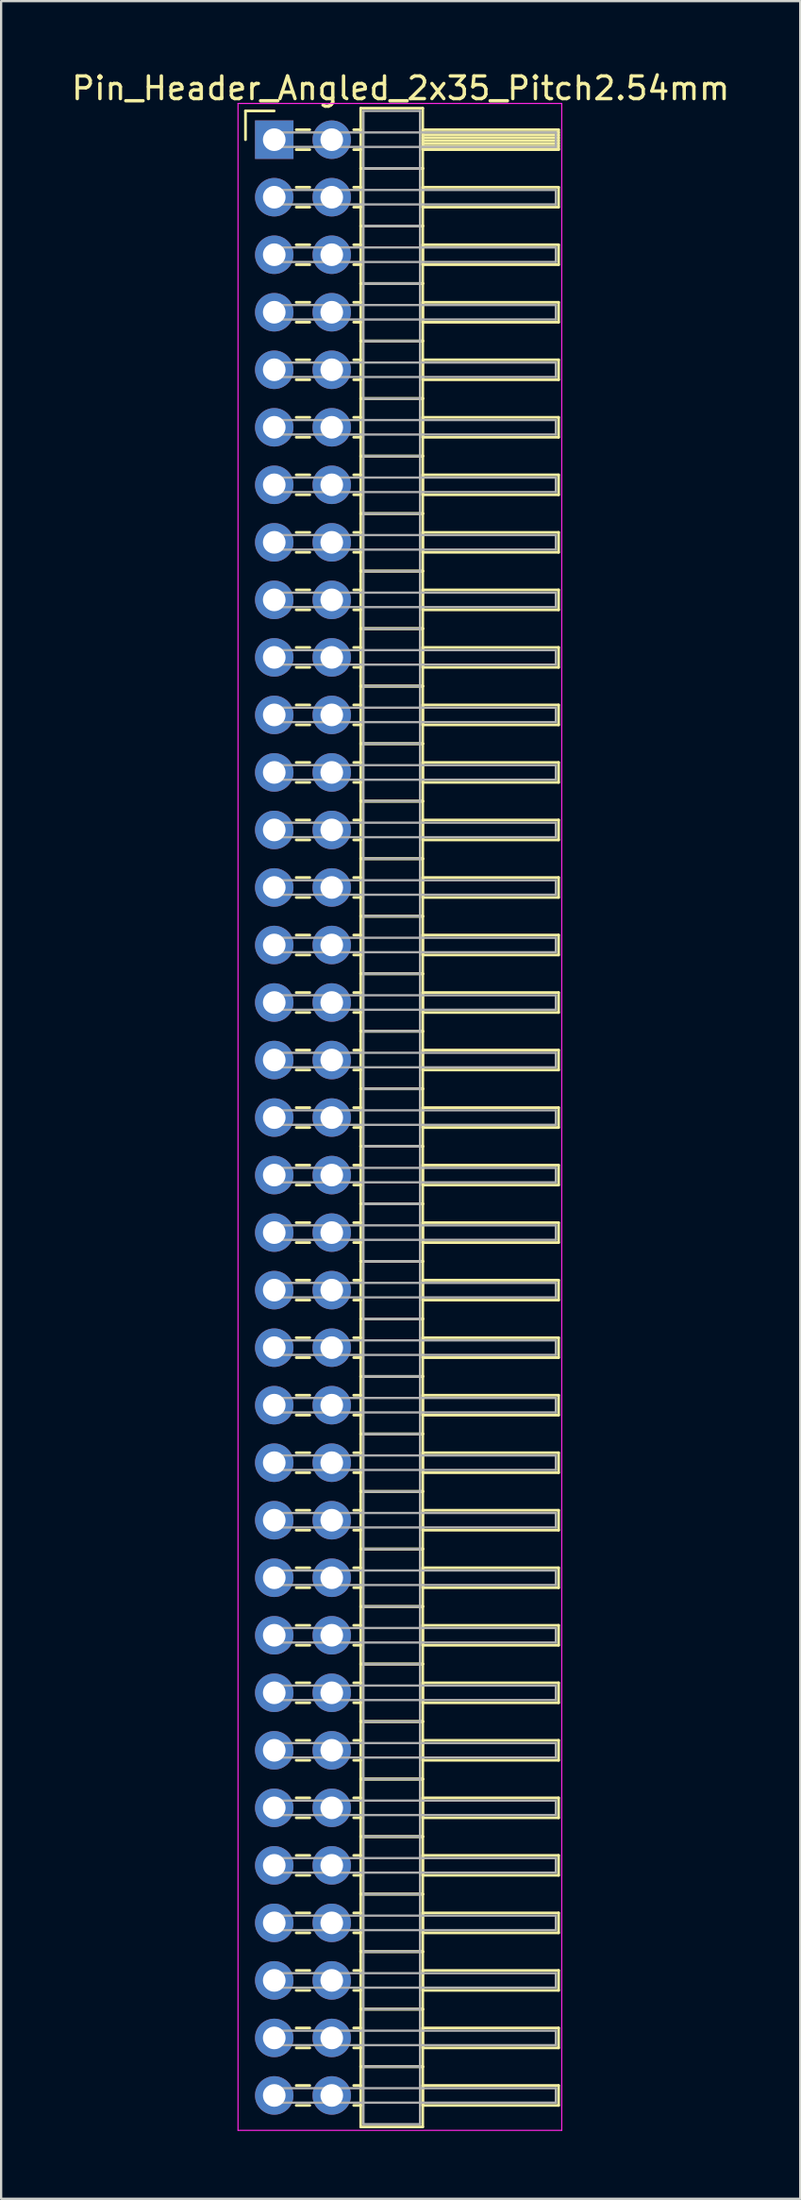
<source format=kicad_pcb>
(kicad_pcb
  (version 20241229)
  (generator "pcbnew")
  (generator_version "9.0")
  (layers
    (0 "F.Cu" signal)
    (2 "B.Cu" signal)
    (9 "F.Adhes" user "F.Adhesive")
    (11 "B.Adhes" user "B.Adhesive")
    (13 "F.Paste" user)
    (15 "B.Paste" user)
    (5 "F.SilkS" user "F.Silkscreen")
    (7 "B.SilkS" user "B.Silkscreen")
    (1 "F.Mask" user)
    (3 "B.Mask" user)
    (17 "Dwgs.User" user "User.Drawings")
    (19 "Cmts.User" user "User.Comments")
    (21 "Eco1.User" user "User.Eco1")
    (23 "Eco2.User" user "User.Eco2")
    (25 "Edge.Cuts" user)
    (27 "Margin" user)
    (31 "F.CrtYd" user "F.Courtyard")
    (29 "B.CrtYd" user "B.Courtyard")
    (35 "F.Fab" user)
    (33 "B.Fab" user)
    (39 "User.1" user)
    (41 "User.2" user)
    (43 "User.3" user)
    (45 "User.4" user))
  (footprint "Pin_Header_Angled_2x35_Pitch2.54mm"
    (layer "F.Cu")
    (at 9.064 3.118)
    (property "Reference" "Pin_Header_Angled_2x35_Pitch2.54mm" (at 5.585 -2.27 0) (layer "F.SilkS") (effects (font (size 1 1) (thickness 0.15))))
    (attr through_hole)
    (fp_line (start -1.27 -1.27) (end 0 -1.27) (stroke (width 0.12) (type solid)) (layer "F.SilkS"))
    (fp_line (start -1.27 0) (end -1.27 -1.27) (stroke (width 0.12) (type solid)) (layer "F.SilkS"))
    (fp_line (start 0.97 -0.44) (end 1.57 -0.44) (stroke (width 0.12) (type solid)) (layer "F.SilkS"))
    (fp_line (start 0.97 0.44) (end 1.57 0.44) (stroke (width 0.12) (type solid)) (layer "F.SilkS"))
    (fp_line (start 0.97 2.1) (end 1.57 2.1) (stroke (width 0.12) (type solid)) (layer "F.SilkS"))
    (fp_line (start 0.97 2.98) (end 1.57 2.98) (stroke (width 0.12) (type solid)) (layer "F.SilkS"))
    (fp_line (start 0.97 4.64) (end 1.57 4.64) (stroke (width 0.12) (type solid)) (layer "F.SilkS"))
    (fp_line (start 0.97 5.52) (end 1.57 5.52) (stroke (width 0.12) (type solid)) (layer "F.SilkS"))
    (fp_line (start 0.97 7.18) (end 1.57 7.18) (stroke (width 0.12) (type solid)) (layer "F.SilkS"))
    (fp_line (start 0.97 8.06) (end 1.57 8.06) (stroke (width 0.12) (type solid)) (layer "F.SilkS"))
    (fp_line (start 0.97 9.72) (end 1.57 9.72) (stroke (width 0.12) (type solid)) (layer "F.SilkS"))
    (fp_line (start 0.97 10.6) (end 1.57 10.6) (stroke (width 0.12) (type solid)) (layer "F.SilkS"))
    (fp_line (start 0.97 12.26) (end 1.57 12.26) (stroke (width 0.12) (type solid)) (layer "F.SilkS"))
    (fp_line (start 0.97 13.14) (end 1.57 13.14) (stroke (width 0.12) (type solid)) (layer "F.SilkS"))
    (fp_line (start 0.97 14.8) (end 1.57 14.8) (stroke (width 0.12) (type solid)) (layer "F.SilkS"))
    (fp_line (start 0.97 15.68) (end 1.57 15.68) (stroke (width 0.12) (type solid)) (layer "F.SilkS"))
    (fp_line (start 0.97 17.34) (end 1.57 17.34) (stroke (width 0.12) (type solid)) (layer "F.SilkS"))
    (fp_line (start 0.97 18.22) (end 1.57 18.22) (stroke (width 0.12) (type solid)) (layer "F.SilkS"))
    (fp_line (start 0.97 19.88) (end 1.57 19.88) (stroke (width 0.12) (type solid)) (layer "F.SilkS"))
    (fp_line (start 0.97 20.76) (end 1.57 20.76) (stroke (width 0.12) (type solid)) (layer "F.SilkS"))
    (fp_line (start 0.97 22.42) (end 1.57 22.42) (stroke (width 0.12) (type solid)) (layer "F.SilkS"))
    (fp_line (start 0.97 23.3) (end 1.57 23.3) (stroke (width 0.12) (type solid)) (layer "F.SilkS"))
    (fp_line (start 0.97 24.96) (end 1.57 24.96) (stroke (width 0.12) (type solid)) (layer "F.SilkS"))
    (fp_line (start 0.97 25.84) (end 1.57 25.84) (stroke (width 0.12) (type solid)) (layer "F.SilkS"))
    (fp_line (start 0.97 27.5) (end 1.57 27.5) (stroke (width 0.12) (type solid)) (layer "F.SilkS"))
    (fp_line (start 0.97 28.38) (end 1.57 28.38) (stroke (width 0.12) (type solid)) (layer "F.SilkS"))
    (fp_line (start 0.97 30.04) (end 1.57 30.04) (stroke (width 0.12) (type solid)) (layer "F.SilkS"))
    (fp_line (start 0.97 30.92) (end 1.57 30.92) (stroke (width 0.12) (type solid)) (layer "F.SilkS"))
    (fp_line (start 0.97 32.58) (end 1.57 32.58) (stroke (width 0.12) (type solid)) (layer "F.SilkS"))
    (fp_line (start 0.97 33.46) (end 1.57 33.46) (stroke (width 0.12) (type solid)) (layer "F.SilkS"))
    (fp_line (start 0.97 35.12) (end 1.57 35.12) (stroke (width 0.12) (type solid)) (layer "F.SilkS"))
    (fp_line (start 0.97 36) (end 1.57 36) (stroke (width 0.12) (type solid)) (layer "F.SilkS"))
    (fp_line (start 0.97 37.66) (end 1.57 37.66) (stroke (width 0.12) (type solid)) (layer "F.SilkS"))
    (fp_line (start 0.97 38.54) (end 1.57 38.54) (stroke (width 0.12) (type solid)) (layer "F.SilkS"))
    (fp_line (start 0.97 40.2) (end 1.57 40.2) (stroke (width 0.12) (type solid)) (layer "F.SilkS"))
    (fp_line (start 0.97 41.08) (end 1.57 41.08) (stroke (width 0.12) (type solid)) (layer "F.SilkS"))
    (fp_line (start 0.97 42.74) (end 1.57 42.74) (stroke (width 0.12) (type solid)) (layer "F.SilkS"))
    (fp_line (start 0.97 43.62) (end 1.57 43.62) (stroke (width 0.12) (type solid)) (layer "F.SilkS"))
    (fp_line (start 0.97 45.28) (end 1.57 45.28) (stroke (width 0.12) (type solid)) (layer "F.SilkS"))
    (fp_line (start 0.97 46.16) (end 1.57 46.16) (stroke (width 0.12) (type solid)) (layer "F.SilkS"))
    (fp_line (start 0.97 47.82) (end 1.57 47.82) (stroke (width 0.12) (type solid)) (layer "F.SilkS"))
    (fp_line (start 0.97 48.7) (end 1.57 48.7) (stroke (width 0.12) (type solid)) (layer "F.SilkS"))
    (fp_line (start 0.97 50.36) (end 1.57 50.36) (stroke (width 0.12) (type solid)) (layer "F.SilkS"))
    (fp_line (start 0.97 51.24) (end 1.57 51.24) (stroke (width 0.12) (type solid)) (layer "F.SilkS"))
    (fp_line (start 0.97 52.9) (end 1.57 52.9) (stroke (width 0.12) (type solid)) (layer "F.SilkS"))
    (fp_line (start 0.97 53.78) (end 1.57 53.78) (stroke (width 0.12) (type solid)) (layer "F.SilkS"))
    (fp_line (start 0.97 55.44) (end 1.57 55.44) (stroke (width 0.12) (type solid)) (layer "F.SilkS"))
    (fp_line (start 0.97 56.32) (end 1.57 56.32) (stroke (width 0.12) (type solid)) (layer "F.SilkS"))
    (fp_line (start 0.97 57.98) (end 1.57 57.98) (stroke (width 0.12) (type solid)) (layer "F.SilkS"))
    (fp_line (start 0.97 58.86) (end 1.57 58.86) (stroke (width 0.12) (type solid)) (layer "F.SilkS"))
    (fp_line (start 0.97 60.52) (end 1.57 60.52) (stroke (width 0.12) (type solid)) (layer "F.SilkS"))
    (fp_line (start 0.97 61.4) (end 1.57 61.4) (stroke (width 0.12) (type solid)) (layer "F.SilkS"))
    (fp_line (start 0.97 63.06) (end 1.57 63.06) (stroke (width 0.12) (type solid)) (layer "F.SilkS"))
    (fp_line (start 0.97 63.94) (end 1.57 63.94) (stroke (width 0.12) (type solid)) (layer "F.SilkS"))
    (fp_line (start 0.97 65.6) (end 1.57 65.6) (stroke (width 0.12) (type solid)) (layer "F.SilkS"))
    (fp_line (start 0.97 66.48) (end 1.57 66.48) (stroke (width 0.12) (type solid)) (layer "F.SilkS"))
    (fp_line (start 0.97 68.14) (end 1.57 68.14) (stroke (width 0.12) (type solid)) (layer "F.SilkS"))
    (fp_line (start 0.97 69.02) (end 1.57 69.02) (stroke (width 0.12) (type solid)) (layer "F.SilkS"))
    (fp_line (start 0.97 70.68) (end 1.57 70.68) (stroke (width 0.12) (type solid)) (layer "F.SilkS"))
    (fp_line (start 0.97 71.56) (end 1.57 71.56) (stroke (width 0.12) (type solid)) (layer "F.SilkS"))
    (fp_line (start 0.97 73.22) (end 1.57 73.22) (stroke (width 0.12) (type solid)) (layer "F.SilkS"))
    (fp_line (start 0.97 74.1) (end 1.57 74.1) (stroke (width 0.12) (type solid)) (layer "F.SilkS"))
    (fp_line (start 0.97 75.76) (end 1.57 75.76) (stroke (width 0.12) (type solid)) (layer "F.SilkS"))
    (fp_line (start 0.97 76.64) (end 1.57 76.64) (stroke (width 0.12) (type solid)) (layer "F.SilkS"))
    (fp_line (start 0.97 78.3) (end 1.57 78.3) (stroke (width 0.12) (type solid)) (layer "F.SilkS"))
    (fp_line (start 0.97 79.18) (end 1.57 79.18) (stroke (width 0.12) (type solid)) (layer "F.SilkS"))
    (fp_line (start 0.97 80.84) (end 1.57 80.84) (stroke (width 0.12) (type solid)) (layer "F.SilkS"))
    (fp_line (start 0.97 81.72) (end 1.57 81.72) (stroke (width 0.12) (type solid)) (layer "F.SilkS"))
    (fp_line (start 0.97 83.38) (end 1.57 83.38) (stroke (width 0.12) (type solid)) (layer "F.SilkS"))
    (fp_line (start 0.97 84.26) (end 1.57 84.26) (stroke (width 0.12) (type solid)) (layer "F.SilkS"))
    (fp_line (start 0.97 85.92) (end 1.57 85.92) (stroke (width 0.12) (type solid)) (layer "F.SilkS"))
    (fp_line (start 0.97 86.8) (end 1.57 86.8) (stroke (width 0.12) (type solid)) (layer "F.SilkS"))
    (fp_line (start 3.51 -0.44) (end 3.82 -0.44) (stroke (width 0.12) (type solid)) (layer "F.SilkS"))
    (fp_line (start 3.51 0.44) (end 3.82 0.44) (stroke (width 0.12) (type solid)) (layer "F.SilkS"))
    (fp_line (start 3.51 2.1) (end 3.82 2.1) (stroke (width 0.12) (type solid)) (layer "F.SilkS"))
    (fp_line (start 3.51 2.98) (end 3.82 2.98) (stroke (width 0.12) (type solid)) (layer "F.SilkS"))
    (fp_line (start 3.51 4.64) (end 3.82 4.64) (stroke (width 0.12) (type solid)) (layer "F.SilkS"))
    (fp_line (start 3.51 5.52) (end 3.82 5.52) (stroke (width 0.12) (type solid)) (layer "F.SilkS"))
    (fp_line (start 3.51 7.18) (end 3.82 7.18) (stroke (width 0.12) (type solid)) (layer "F.SilkS"))
    (fp_line (start 3.51 8.06) (end 3.82 8.06) (stroke (width 0.12) (type solid)) (layer "F.SilkS"))
    (fp_line (start 3.51 9.72) (end 3.82 9.72) (stroke (width 0.12) (type solid)) (layer "F.SilkS"))
    (fp_line (start 3.51 10.6) (end 3.82 10.6) (stroke (width 0.12) (type solid)) (layer "F.SilkS"))
    (fp_line (start 3.51 12.26) (end 3.82 12.26) (stroke (width 0.12) (type solid)) (layer "F.SilkS"))
    (fp_line (start 3.51 13.14) (end 3.82 13.14) (stroke (width 0.12) (type solid)) (layer "F.SilkS"))
    (fp_line (start 3.51 14.8) (end 3.82 14.8) (stroke (width 0.12) (type solid)) (layer "F.SilkS"))
    (fp_line (start 3.51 15.68) (end 3.82 15.68) (stroke (width 0.12) (type solid)) (layer "F.SilkS"))
    (fp_line (start 3.51 17.34) (end 3.82 17.34) (stroke (width 0.12) (type solid)) (layer "F.SilkS"))
    (fp_line (start 3.51 18.22) (end 3.82 18.22) (stroke (width 0.12) (type solid)) (layer "F.SilkS"))
    (fp_line (start 3.51 19.88) (end 3.82 19.88) (stroke (width 0.12) (type solid)) (layer "F.SilkS"))
    (fp_line (start 3.51 20.76) (end 3.82 20.76) (stroke (width 0.12) (type solid)) (layer "F.SilkS"))
    (fp_line (start 3.51 22.42) (end 3.82 22.42) (stroke (width 0.12) (type solid)) (layer "F.SilkS"))
    (fp_line (start 3.51 23.3) (end 3.82 23.3) (stroke (width 0.12) (type solid)) (layer "F.SilkS"))
    (fp_line (start 3.51 24.96) (end 3.82 24.96) (stroke (width 0.12) (type solid)) (layer "F.SilkS"))
    (fp_line (start 3.51 25.84) (end 3.82 25.84) (stroke (width 0.12) (type solid)) (layer "F.SilkS"))
    (fp_line (start 3.51 27.5) (end 3.82 27.5) (stroke (width 0.12) (type solid)) (layer "F.SilkS"))
    (fp_line (start 3.51 28.38) (end 3.82 28.38) (stroke (width 0.12) (type solid)) (layer "F.SilkS"))
    (fp_line (start 3.51 30.04) (end 3.82 30.04) (stroke (width 0.12) (type solid)) (layer "F.SilkS"))
    (fp_line (start 3.51 30.92) (end 3.82 30.92) (stroke (width 0.12) (type solid)) (layer "F.SilkS"))
    (fp_line (start 3.51 32.58) (end 3.82 32.58) (stroke (width 0.12) (type solid)) (layer "F.SilkS"))
    (fp_line (start 3.51 33.46) (end 3.82 33.46) (stroke (width 0.12) (type solid)) (layer "F.SilkS"))
    (fp_line (start 3.51 35.12) (end 3.82 35.12) (stroke (width 0.12) (type solid)) (layer "F.SilkS"))
    (fp_line (start 3.51 36) (end 3.82 36) (stroke (width 0.12) (type solid)) (layer "F.SilkS"))
    (fp_line (start 3.51 37.66) (end 3.82 37.66) (stroke (width 0.12) (type solid)) (layer "F.SilkS"))
    (fp_line (start 3.51 38.54) (end 3.82 38.54) (stroke (width 0.12) (type solid)) (layer "F.SilkS"))
    (fp_line (start 3.51 40.2) (end 3.82 40.2) (stroke (width 0.12) (type solid)) (layer "F.SilkS"))
    (fp_line (start 3.51 41.08) (end 3.82 41.08) (stroke (width 0.12) (type solid)) (layer "F.SilkS"))
    (fp_line (start 3.51 42.74) (end 3.82 42.74) (stroke (width 0.12) (type solid)) (layer "F.SilkS"))
    (fp_line (start 3.51 43.62) (end 3.82 43.62) (stroke (width 0.12) (type solid)) (layer "F.SilkS"))
    (fp_line (start 3.51 45.28) (end 3.82 45.28) (stroke (width 0.12) (type solid)) (layer "F.SilkS"))
    (fp_line (start 3.51 46.16) (end 3.82 46.16) (stroke (width 0.12) (type solid)) (layer "F.SilkS"))
    (fp_line (start 3.51 47.82) (end 3.82 47.82) (stroke (width 0.12) (type solid)) (layer "F.SilkS"))
    (fp_line (start 3.51 48.7) (end 3.82 48.7) (stroke (width 0.12) (type solid)) (layer "F.SilkS"))
    (fp_line (start 3.51 50.36) (end 3.82 50.36) (stroke (width 0.12) (type solid)) (layer "F.SilkS"))
    (fp_line (start 3.51 51.24) (end 3.82 51.24) (stroke (width 0.12) (type solid)) (layer "F.SilkS"))
    (fp_line (start 3.51 52.9) (end 3.82 52.9) (stroke (width 0.12) (type solid)) (layer "F.SilkS"))
    (fp_line (start 3.51 53.78) (end 3.82 53.78) (stroke (width 0.12) (type solid)) (layer "F.SilkS"))
    (fp_line (start 3.51 55.44) (end 3.82 55.44) (stroke (width 0.12) (type solid)) (layer "F.SilkS"))
    (fp_line (start 3.51 56.32) (end 3.82 56.32) (stroke (width 0.12) (type solid)) (layer "F.SilkS"))
    (fp_line (start 3.51 57.98) (end 3.82 57.98) (stroke (width 0.12) (type solid)) (layer "F.SilkS"))
    (fp_line (start 3.51 58.86) (end 3.82 58.86) (stroke (width 0.12) (type solid)) (layer "F.SilkS"))
    (fp_line (start 3.51 60.52) (end 3.82 60.52) (stroke (width 0.12) (type solid)) (layer "F.SilkS"))
    (fp_line (start 3.51 61.4) (end 3.82 61.4) (stroke (width 0.12) (type solid)) (layer "F.SilkS"))
    (fp_line (start 3.51 63.06) (end 3.82 63.06) (stroke (width 0.12) (type solid)) (layer "F.SilkS"))
    (fp_line (start 3.51 63.94) (end 3.82 63.94) (stroke (width 0.12) (type solid)) (layer "F.SilkS"))
    (fp_line (start 3.51 65.6) (end 3.82 65.6) (stroke (width 0.12) (type solid)) (layer "F.SilkS"))
    (fp_line (start 3.51 66.48) (end 3.82 66.48) (stroke (width 0.12) (type solid)) (layer "F.SilkS"))
    (fp_line (start 3.51 68.14) (end 3.82 68.14) (stroke (width 0.12) (type solid)) (layer "F.SilkS"))
    (fp_line (start 3.51 69.02) (end 3.82 69.02) (stroke (width 0.12) (type solid)) (layer "F.SilkS"))
    (fp_line (start 3.51 70.68) (end 3.82 70.68) (stroke (width 0.12) (type solid)) (layer "F.SilkS"))
    (fp_line (start 3.51 71.56) (end 3.82 71.56) (stroke (width 0.12) (type solid)) (layer "F.SilkS"))
    (fp_line (start 3.51 73.22) (end 3.82 73.22) (stroke (width 0.12) (type solid)) (layer "F.SilkS"))
    (fp_line (start 3.51 74.1) (end 3.82 74.1) (stroke (width 0.12) (type solid)) (layer "F.SilkS"))
    (fp_line (start 3.51 75.76) (end 3.82 75.76) (stroke (width 0.12) (type solid)) (layer "F.SilkS"))
    (fp_line (start 3.51 76.64) (end 3.82 76.64) (stroke (width 0.12) (type solid)) (layer "F.SilkS"))
    (fp_line (start 3.51 78.3) (end 3.82 78.3) (stroke (width 0.12) (type solid)) (layer "F.SilkS"))
    (fp_line (start 3.51 79.18) (end 3.82 79.18) (stroke (width 0.12) (type solid)) (layer "F.SilkS"))
    (fp_line (start 3.51 80.84) (end 3.82 80.84) (stroke (width 0.12) (type solid)) (layer "F.SilkS"))
    (fp_line (start 3.51 81.72) (end 3.82 81.72) (stroke (width 0.12) (type solid)) (layer "F.SilkS"))
    (fp_line (start 3.51 83.38) (end 3.82 83.38) (stroke (width 0.12) (type solid)) (layer "F.SilkS"))
    (fp_line (start 3.51 84.26) (end 3.82 84.26) (stroke (width 0.12) (type solid)) (layer "F.SilkS"))
    (fp_line (start 3.51 85.92) (end 3.82 85.92) (stroke (width 0.12) (type solid)) (layer "F.SilkS"))
    (fp_line (start 3.51 86.8) (end 3.82 86.8) (stroke (width 0.12) (type solid)) (layer "F.SilkS"))
    (fp_line (start 3.82 -1.39) (end 3.82 1.27) (stroke (width 0.12) (type solid)) (layer "F.SilkS"))
    (fp_line (start 3.82 1.27) (end 3.82 3.81) (stroke (width 0.12) (type solid)) (layer "F.SilkS"))
    (fp_line (start 3.82 1.27) (end 6.56 1.27) (stroke (width 0.12) (type solid)) (layer "F.SilkS"))
    (fp_line (start 3.82 3.81) (end 3.82 6.35) (stroke (width 0.12) (type solid)) (layer "F.SilkS"))
    (fp_line (start 3.82 3.81) (end 6.56 3.81) (stroke (width 0.12) (type solid)) (layer "F.SilkS"))
    (fp_line (start 3.82 6.35) (end 3.82 8.89) (stroke (width 0.12) (type solid)) (layer "F.SilkS"))
    (fp_line (start 3.82 6.35) (end 6.56 6.35) (stroke (width 0.12) (type solid)) (layer "F.SilkS"))
    (fp_line (start 3.82 8.89) (end 3.82 11.43) (stroke (width 0.12) (type solid)) (layer "F.SilkS"))
    (fp_line (start 3.82 8.89) (end 6.56 8.89) (stroke (width 0.12) (type solid)) (layer "F.SilkS"))
    (fp_line (start 3.82 11.43) (end 3.82 13.97) (stroke (width 0.12) (type solid)) (layer "F.SilkS"))
    (fp_line (start 3.82 11.43) (end 6.56 11.43) (stroke (width 0.12) (type solid)) (layer "F.SilkS"))
    (fp_line (start 3.82 13.97) (end 3.82 16.51) (stroke (width 0.12) (type solid)) (layer "F.SilkS"))
    (fp_line (start 3.82 13.97) (end 6.56 13.97) (stroke (width 0.12) (type solid)) (layer "F.SilkS"))
    (fp_line (start 3.82 16.51) (end 3.82 19.05) (stroke (width 0.12) (type solid)) (layer "F.SilkS"))
    (fp_line (start 3.82 16.51) (end 6.56 16.51) (stroke (width 0.12) (type solid)) (layer "F.SilkS"))
    (fp_line (start 3.82 19.05) (end 3.82 21.59) (stroke (width 0.12) (type solid)) (layer "F.SilkS"))
    (fp_line (start 3.82 19.05) (end 6.56 19.05) (stroke (width 0.12) (type solid)) (layer "F.SilkS"))
    (fp_line (start 3.82 21.59) (end 3.82 24.13) (stroke (width 0.12) (type solid)) (layer "F.SilkS"))
    (fp_line (start 3.82 21.59) (end 6.56 21.59) (stroke (width 0.12) (type solid)) (layer "F.SilkS"))
    (fp_line (start 3.82 24.13) (end 3.82 26.67) (stroke (width 0.12) (type solid)) (layer "F.SilkS"))
    (fp_line (start 3.82 24.13) (end 6.56 24.13) (stroke (width 0.12) (type solid)) (layer "F.SilkS"))
    (fp_line (start 3.82 26.67) (end 3.82 29.21) (stroke (width 0.12) (type solid)) (layer "F.SilkS"))
    (fp_line (start 3.82 26.67) (end 6.56 26.67) (stroke (width 0.12) (type solid)) (layer "F.SilkS"))
    (fp_line (start 3.82 29.21) (end 3.82 31.75) (stroke (width 0.12) (type solid)) (layer "F.SilkS"))
    (fp_line (start 3.82 29.21) (end 6.56 29.21) (stroke (width 0.12) (type solid)) (layer "F.SilkS"))
    (fp_line (start 3.82 31.75) (end 3.82 34.29) (stroke (width 0.12) (type solid)) (layer "F.SilkS"))
    (fp_line (start 3.82 31.75) (end 6.56 31.75) (stroke (width 0.12) (type solid)) (layer "F.SilkS"))
    (fp_line (start 3.82 34.29) (end 3.82 36.83) (stroke (width 0.12) (type solid)) (layer "F.SilkS"))
    (fp_line (start 3.82 34.29) (end 6.56 34.29) (stroke (width 0.12) (type solid)) (layer "F.SilkS"))
    (fp_line (start 3.82 36.83) (end 3.82 39.37) (stroke (width 0.12) (type solid)) (layer "F.SilkS"))
    (fp_line (start 3.82 36.83) (end 6.56 36.83) (stroke (width 0.12) (type solid)) (layer "F.SilkS"))
    (fp_line (start 3.82 39.37) (end 3.82 41.91) (stroke (width 0.12) (type solid)) (layer "F.SilkS"))
    (fp_line (start 3.82 39.37) (end 6.56 39.37) (stroke (width 0.12) (type solid)) (layer "F.SilkS"))
    (fp_line (start 3.82 41.91) (end 3.82 44.45) (stroke (width 0.12) (type solid)) (layer "F.SilkS"))
    (fp_line (start 3.82 41.91) (end 6.56 41.91) (stroke (width 0.12) (type solid)) (layer "F.SilkS"))
    (fp_line (start 3.82 44.45) (end 3.82 46.99) (stroke (width 0.12) (type solid)) (layer "F.SilkS"))
    (fp_line (start 3.82 44.45) (end 6.56 44.45) (stroke (width 0.12) (type solid)) (layer "F.SilkS"))
    (fp_line (start 3.82 46.99) (end 3.82 49.53) (stroke (width 0.12) (type solid)) (layer "F.SilkS"))
    (fp_line (start 3.82 46.99) (end 6.56 46.99) (stroke (width 0.12) (type solid)) (layer "F.SilkS"))
    (fp_line (start 3.82 49.53) (end 3.82 52.07) (stroke (width 0.12) (type solid)) (layer "F.SilkS"))
    (fp_line (start 3.82 49.53) (end 6.56 49.53) (stroke (width 0.12) (type solid)) (layer "F.SilkS"))
    (fp_line (start 3.82 52.07) (end 3.82 54.61) (stroke (width 0.12) (type solid)) (layer "F.SilkS"))
    (fp_line (start 3.82 52.07) (end 6.56 52.07) (stroke (width 0.12) (type solid)) (layer "F.SilkS"))
    (fp_line (start 3.82 54.61) (end 3.82 57.15) (stroke (width 0.12) (type solid)) (layer "F.SilkS"))
    (fp_line (start 3.82 54.61) (end 6.56 54.61) (stroke (width 0.12) (type solid)) (layer "F.SilkS"))
    (fp_line (start 3.82 57.15) (end 3.82 59.69) (stroke (width 0.12) (type solid)) (layer "F.SilkS"))
    (fp_line (start 3.82 57.15) (end 6.56 57.15) (stroke (width 0.12) (type solid)) (layer "F.SilkS"))
    (fp_line (start 3.82 59.69) (end 3.82 62.23) (stroke (width 0.12) (type solid)) (layer "F.SilkS"))
    (fp_line (start 3.82 59.69) (end 6.56 59.69) (stroke (width 0.12) (type solid)) (layer "F.SilkS"))
    (fp_line (start 3.82 62.23) (end 3.82 64.77) (stroke (width 0.12) (type solid)) (layer "F.SilkS"))
    (fp_line (start 3.82 62.23) (end 6.56 62.23) (stroke (width 0.12) (type solid)) (layer "F.SilkS"))
    (fp_line (start 3.82 64.77) (end 3.82 67.31) (stroke (width 0.12) (type solid)) (layer "F.SilkS"))
    (fp_line (start 3.82 64.77) (end 6.56 64.77) (stroke (width 0.12) (type solid)) (layer "F.SilkS"))
    (fp_line (start 3.82 67.31) (end 3.82 69.85) (stroke (width 0.12) (type solid)) (layer "F.SilkS"))
    (fp_line (start 3.82 67.31) (end 6.56 67.31) (stroke (width 0.12) (type solid)) (layer "F.SilkS"))
    (fp_line (start 3.82 69.85) (end 3.82 72.39) (stroke (width 0.12) (type solid)) (layer "F.SilkS"))
    (fp_line (start 3.82 69.85) (end 6.56 69.85) (stroke (width 0.12) (type solid)) (layer "F.SilkS"))
    (fp_line (start 3.82 72.39) (end 3.82 74.93) (stroke (width 0.12) (type solid)) (layer "F.SilkS"))
    (fp_line (start 3.82 72.39) (end 6.56 72.39) (stroke (width 0.12) (type solid)) (layer "F.SilkS"))
    (fp_line (start 3.82 74.93) (end 3.82 77.47) (stroke (width 0.12) (type solid)) (layer "F.SilkS"))
    (fp_line (start 3.82 74.93) (end 6.56 74.93) (stroke (width 0.12) (type solid)) (layer "F.SilkS"))
    (fp_line (start 3.82 77.47) (end 3.82 80.01) (stroke (width 0.12) (type solid)) (layer "F.SilkS"))
    (fp_line (start 3.82 77.47) (end 6.56 77.47) (stroke (width 0.12) (type solid)) (layer "F.SilkS"))
    (fp_line (start 3.82 80.01) (end 3.82 82.55) (stroke (width 0.12) (type solid)) (layer "F.SilkS"))
    (fp_line (start 3.82 80.01) (end 6.56 80.01) (stroke (width 0.12) (type solid)) (layer "F.SilkS"))
    (fp_line (start 3.82 82.55) (end 3.82 85.09) (stroke (width 0.12) (type solid)) (layer "F.SilkS"))
    (fp_line (start 3.82 82.55) (end 6.56 82.55) (stroke (width 0.12) (type solid)) (layer "F.SilkS"))
    (fp_line (start 3.82 85.09) (end 3.82 87.75) (stroke (width 0.12) (type solid)) (layer "F.SilkS"))
    (fp_line (start 3.82 85.09) (end 6.56 85.09) (stroke (width 0.12) (type solid)) (layer "F.SilkS"))
    (fp_line (start 3.82 87.75) (end 6.56 87.75) (stroke (width 0.12) (type solid)) (layer "F.SilkS"))
    (fp_line (start 6.56 -1.39) (end 3.82 -1.39) (stroke (width 0.12) (type solid)) (layer "F.SilkS"))
    (fp_line (start 6.56 -0.44) (end 6.56 0.44) (stroke (width 0.12) (type solid)) (layer "F.SilkS"))
    (fp_line (start 6.56 -0.32) (end 12.56 -0.32) (stroke (width 0.12) (type solid)) (layer "F.SilkS"))
    (fp_line (start 6.56 -0.2) (end 12.56 -0.2) (stroke (width 0.12) (type solid)) (layer "F.SilkS"))
    (fp_line (start 6.56 -0.08) (end 12.56 -0.08) (stroke (width 0.12) (type solid)) (layer "F.SilkS"))
    (fp_line (start 6.56 0.04) (end 12.56 0.04) (stroke (width 0.12) (type solid)) (layer "F.SilkS"))
    (fp_line (start 6.56 0.16) (end 12.56 0.16) (stroke (width 0.12) (type solid)) (layer "F.SilkS"))
    (fp_line (start 6.56 0.28) (end 12.56 0.28) (stroke (width 0.12) (type solid)) (layer "F.SilkS"))
    (fp_line (start 6.56 0.4) (end 12.56 0.4) (stroke (width 0.12) (type solid)) (layer "F.SilkS"))
    (fp_line (start 6.56 0.44) (end 12.56 0.44) (stroke (width 0.12) (type solid)) (layer "F.SilkS"))
    (fp_line (start 6.56 1.27) (end 3.82 1.27) (stroke (width 0.12) (type solid)) (layer "F.SilkS"))
    (fp_line (start 6.56 1.27) (end 6.56 -1.39) (stroke (width 0.12) (type solid)) (layer "F.SilkS"))
    (fp_line (start 6.56 2.1) (end 6.56 2.98) (stroke (width 0.12) (type solid)) (layer "F.SilkS"))
    (fp_line (start 6.56 2.98) (end 12.56 2.98) (stroke (width 0.12) (type solid)) (layer "F.SilkS"))
    (fp_line (start 6.56 3.81) (end 3.82 3.81) (stroke (width 0.12) (type solid)) (layer "F.SilkS"))
    (fp_line (start 6.56 3.81) (end 6.56 1.27) (stroke (width 0.12) (type solid)) (layer "F.SilkS"))
    (fp_line (start 6.56 4.64) (end 6.56 5.52) (stroke (width 0.12) (type solid)) (layer "F.SilkS"))
    (fp_line (start 6.56 5.52) (end 12.56 5.52) (stroke (width 0.12) (type solid)) (layer "F.SilkS"))
    (fp_line (start 6.56 6.35) (end 3.82 6.35) (stroke (width 0.12) (type solid)) (layer "F.SilkS"))
    (fp_line (start 6.56 6.35) (end 6.56 3.81) (stroke (width 0.12) (type solid)) (layer "F.SilkS"))
    (fp_line (start 6.56 7.18) (end 6.56 8.06) (stroke (width 0.12) (type solid)) (layer "F.SilkS"))
    (fp_line (start 6.56 8.06) (end 12.56 8.06) (stroke (width 0.12) (type solid)) (layer "F.SilkS"))
    (fp_line (start 6.56 8.89) (end 3.82 8.89) (stroke (width 0.12) (type solid)) (layer "F.SilkS"))
    (fp_line (start 6.56 8.89) (end 6.56 6.35) (stroke (width 0.12) (type solid)) (layer "F.SilkS"))
    (fp_line (start 6.56 9.72) (end 6.56 10.6) (stroke (width 0.12) (type solid)) (layer "F.SilkS"))
    (fp_line (start 6.56 10.6) (end 12.56 10.6) (stroke (width 0.12) (type solid)) (layer "F.SilkS"))
    (fp_line (start 6.56 11.43) (end 3.82 11.43) (stroke (width 0.12) (type solid)) (layer "F.SilkS"))
    (fp_line (start 6.56 11.43) (end 6.56 8.89) (stroke (width 0.12) (type solid)) (layer "F.SilkS"))
    (fp_line (start 6.56 12.26) (end 6.56 13.14) (stroke (width 0.12) (type solid)) (layer "F.SilkS"))
    (fp_line (start 6.56 13.14) (end 12.56 13.14) (stroke (width 0.12) (type solid)) (layer "F.SilkS"))
    (fp_line (start 6.56 13.97) (end 3.82 13.97) (stroke (width 0.12) (type solid)) (layer "F.SilkS"))
    (fp_line (start 6.56 13.97) (end 6.56 11.43) (stroke (width 0.12) (type solid)) (layer "F.SilkS"))
    (fp_line (start 6.56 14.8) (end 6.56 15.68) (stroke (width 0.12) (type solid)) (layer "F.SilkS"))
    (fp_line (start 6.56 15.68) (end 12.56 15.68) (stroke (width 0.12) (type solid)) (layer "F.SilkS"))
    (fp_line (start 6.56 16.51) (end 3.82 16.51) (stroke (width 0.12) (type solid)) (layer "F.SilkS"))
    (fp_line (start 6.56 16.51) (end 6.56 13.97) (stroke (width 0.12) (type solid)) (layer "F.SilkS"))
    (fp_line (start 6.56 17.34) (end 6.56 18.22) (stroke (width 0.12) (type solid)) (layer "F.SilkS"))
    (fp_line (start 6.56 18.22) (end 12.56 18.22) (stroke (width 0.12) (type solid)) (layer "F.SilkS"))
    (fp_line (start 6.56 19.05) (end 3.82 19.05) (stroke (width 0.12) (type solid)) (layer "F.SilkS"))
    (fp_line (start 6.56 19.05) (end 6.56 16.51) (stroke (width 0.12) (type solid)) (layer "F.SilkS"))
    (fp_line (start 6.56 19.88) (end 6.56 20.76) (stroke (width 0.12) (type solid)) (layer "F.SilkS"))
    (fp_line (start 6.56 20.76) (end 12.56 20.76) (stroke (width 0.12) (type solid)) (layer "F.SilkS"))
    (fp_line (start 6.56 21.59) (end 3.82 21.59) (stroke (width 0.12) (type solid)) (layer "F.SilkS"))
    (fp_line (start 6.56 21.59) (end 6.56 19.05) (stroke (width 0.12) (type solid)) (layer "F.SilkS"))
    (fp_line (start 6.56 22.42) (end 6.56 23.3) (stroke (width 0.12) (type solid)) (layer "F.SilkS"))
    (fp_line (start 6.56 23.3) (end 12.56 23.3) (stroke (width 0.12) (type solid)) (layer "F.SilkS"))
    (fp_line (start 6.56 24.13) (end 3.82 24.13) (stroke (width 0.12) (type solid)) (layer "F.SilkS"))
    (fp_line (start 6.56 24.13) (end 6.56 21.59) (stroke (width 0.12) (type solid)) (layer "F.SilkS"))
    (fp_line (start 6.56 24.96) (end 6.56 25.84) (stroke (width 0.12) (type solid)) (layer "F.SilkS"))
    (fp_line (start 6.56 25.84) (end 12.56 25.84) (stroke (width 0.12) (type solid)) (layer "F.SilkS"))
    (fp_line (start 6.56 26.67) (end 3.82 26.67) (stroke (width 0.12) (type solid)) (layer "F.SilkS"))
    (fp_line (start 6.56 26.67) (end 6.56 24.13) (stroke (width 0.12) (type solid)) (layer "F.SilkS"))
    (fp_line (start 6.56 27.5) (end 6.56 28.38) (stroke (width 0.12) (type solid)) (layer "F.SilkS"))
    (fp_line (start 6.56 28.38) (end 12.56 28.38) (stroke (width 0.12) (type solid)) (layer "F.SilkS"))
    (fp_line (start 6.56 29.21) (end 3.82 29.21) (stroke (width 0.12) (type solid)) (layer "F.SilkS"))
    (fp_line (start 6.56 29.21) (end 6.56 26.67) (stroke (width 0.12) (type solid)) (layer "F.SilkS"))
    (fp_line (start 6.56 30.04) (end 6.56 30.92) (stroke (width 0.12) (type solid)) (layer "F.SilkS"))
    (fp_line (start 6.56 30.92) (end 12.56 30.92) (stroke (width 0.12) (type solid)) (layer "F.SilkS"))
    (fp_line (start 6.56 31.75) (end 3.82 31.75) (stroke (width 0.12) (type solid)) (layer "F.SilkS"))
    (fp_line (start 6.56 31.75) (end 6.56 29.21) (stroke (width 0.12) (type solid)) (layer "F.SilkS"))
    (fp_line (start 6.56 32.58) (end 6.56 33.46) (stroke (width 0.12) (type solid)) (layer "F.SilkS"))
    (fp_line (start 6.56 33.46) (end 12.56 33.46) (stroke (width 0.12) (type solid)) (layer "F.SilkS"))
    (fp_line (start 6.56 34.29) (end 3.82 34.29) (stroke (width 0.12) (type solid)) (layer "F.SilkS"))
    (fp_line (start 6.56 34.29) (end 6.56 31.75) (stroke (width 0.12) (type solid)) (layer "F.SilkS"))
    (fp_line (start 6.56 35.12) (end 6.56 36) (stroke (width 0.12) (type solid)) (layer "F.SilkS"))
    (fp_line (start 6.56 36) (end 12.56 36) (stroke (width 0.12) (type solid)) (layer "F.SilkS"))
    (fp_line (start 6.56 36.83) (end 3.82 36.83) (stroke (width 0.12) (type solid)) (layer "F.SilkS"))
    (fp_line (start 6.56 36.83) (end 6.56 34.29) (stroke (width 0.12) (type solid)) (layer "F.SilkS"))
    (fp_line (start 6.56 37.66) (end 6.56 38.54) (stroke (width 0.12) (type solid)) (layer "F.SilkS"))
    (fp_line (start 6.56 38.54) (end 12.56 38.54) (stroke (width 0.12) (type solid)) (layer "F.SilkS"))
    (fp_line (start 6.56 39.37) (end 3.82 39.37) (stroke (width 0.12) (type solid)) (layer "F.SilkS"))
    (fp_line (start 6.56 39.37) (end 6.56 36.83) (stroke (width 0.12) (type solid)) (layer "F.SilkS"))
    (fp_line (start 6.56 40.2) (end 6.56 41.08) (stroke (width 0.12) (type solid)) (layer "F.SilkS"))
    (fp_line (start 6.56 41.08) (end 12.56 41.08) (stroke (width 0.12) (type solid)) (layer "F.SilkS"))
    (fp_line (start 6.56 41.91) (end 3.82 41.91) (stroke (width 0.12) (type solid)) (layer "F.SilkS"))
    (fp_line (start 6.56 41.91) (end 6.56 39.37) (stroke (width 0.12) (type solid)) (layer "F.SilkS"))
    (fp_line (start 6.56 42.74) (end 6.56 43.62) (stroke (width 0.12) (type solid)) (layer "F.SilkS"))
    (fp_line (start 6.56 43.62) (end 12.56 43.62) (stroke (width 0.12) (type solid)) (layer "F.SilkS"))
    (fp_line (start 6.56 44.45) (end 3.82 44.45) (stroke (width 0.12) (type solid)) (layer "F.SilkS"))
    (fp_line (start 6.56 44.45) (end 6.56 41.91) (stroke (width 0.12) (type solid)) (layer "F.SilkS"))
    (fp_line (start 6.56 45.28) (end 6.56 46.16) (stroke (width 0.12) (type solid)) (layer "F.SilkS"))
    (fp_line (start 6.56 46.16) (end 12.56 46.16) (stroke (width 0.12) (type solid)) (layer "F.SilkS"))
    (fp_line (start 6.56 46.99) (end 3.82 46.99) (stroke (width 0.12) (type solid)) (layer "F.SilkS"))
    (fp_line (start 6.56 46.99) (end 6.56 44.45) (stroke (width 0.12) (type solid)) (layer "F.SilkS"))
    (fp_line (start 6.56 47.82) (end 6.56 48.7) (stroke (width 0.12) (type solid)) (layer "F.SilkS"))
    (fp_line (start 6.56 48.7) (end 12.56 48.7) (stroke (width 0.12) (type solid)) (layer "F.SilkS"))
    (fp_line (start 6.56 49.53) (end 3.82 49.53) (stroke (width 0.12) (type solid)) (layer "F.SilkS"))
    (fp_line (start 6.56 49.53) (end 6.56 46.99) (stroke (width 0.12) (type solid)) (layer "F.SilkS"))
    (fp_line (start 6.56 50.36) (end 6.56 51.24) (stroke (width 0.12) (type solid)) (layer "F.SilkS"))
    (fp_line (start 6.56 51.24) (end 12.56 51.24) (stroke (width 0.12) (type solid)) (layer "F.SilkS"))
    (fp_line (start 6.56 52.07) (end 3.82 52.07) (stroke (width 0.12) (type solid)) (layer "F.SilkS"))
    (fp_line (start 6.56 52.07) (end 6.56 49.53) (stroke (width 0.12) (type solid)) (layer "F.SilkS"))
    (fp_line (start 6.56 52.9) (end 6.56 53.78) (stroke (width 0.12) (type solid)) (layer "F.SilkS"))
    (fp_line (start 6.56 53.78) (end 12.56 53.78) (stroke (width 0.12) (type solid)) (layer "F.SilkS"))
    (fp_line (start 6.56 54.61) (end 3.82 54.61) (stroke (width 0.12) (type solid)) (layer "F.SilkS"))
    (fp_line (start 6.56 54.61) (end 6.56 52.07) (stroke (width 0.12) (type solid)) (layer "F.SilkS"))
    (fp_line (start 6.56 55.44) (end 6.56 56.32) (stroke (width 0.12) (type solid)) (layer "F.SilkS"))
    (fp_line (start 6.56 56.32) (end 12.56 56.32) (stroke (width 0.12) (type solid)) (layer "F.SilkS"))
    (fp_line (start 6.56 57.15) (end 3.82 57.15) (stroke (width 0.12) (type solid)) (layer "F.SilkS"))
    (fp_line (start 6.56 57.15) (end 6.56 54.61) (stroke (width 0.12) (type solid)) (layer "F.SilkS"))
    (fp_line (start 6.56 57.98) (end 6.56 58.86) (stroke (width 0.12) (type solid)) (layer "F.SilkS"))
    (fp_line (start 6.56 58.86) (end 12.56 58.86) (stroke (width 0.12) (type solid)) (layer "F.SilkS"))
    (fp_line (start 6.56 59.69) (end 3.82 59.69) (stroke (width 0.12) (type solid)) (layer "F.SilkS"))
    (fp_line (start 6.56 59.69) (end 6.56 57.15) (stroke (width 0.12) (type solid)) (layer "F.SilkS"))
    (fp_line (start 6.56 60.52) (end 6.56 61.4) (stroke (width 0.12) (type solid)) (layer "F.SilkS"))
    (fp_line (start 6.56 61.4) (end 12.56 61.4) (stroke (width 0.12) (type solid)) (layer "F.SilkS"))
    (fp_line (start 6.56 62.23) (end 3.82 62.23) (stroke (width 0.12) (type solid)) (layer "F.SilkS"))
    (fp_line (start 6.56 62.23) (end 6.56 59.69) (stroke (width 0.12) (type solid)) (layer "F.SilkS"))
    (fp_line (start 6.56 63.06) (end 6.56 63.94) (stroke (width 0.12) (type solid)) (layer "F.SilkS"))
    (fp_line (start 6.56 63.94) (end 12.56 63.94) (stroke (width 0.12) (type solid)) (layer "F.SilkS"))
    (fp_line (start 6.56 64.77) (end 3.82 64.77) (stroke (width 0.12) (type solid)) (layer "F.SilkS"))
    (fp_line (start 6.56 64.77) (end 6.56 62.23) (stroke (width 0.12) (type solid)) (layer "F.SilkS"))
    (fp_line (start 6.56 65.6) (end 6.56 66.48) (stroke (width 0.12) (type solid)) (layer "F.SilkS"))
    (fp_line (start 6.56 66.48) (end 12.56 66.48) (stroke (width 0.12) (type solid)) (layer "F.SilkS"))
    (fp_line (start 6.56 67.31) (end 3.82 67.31) (stroke (width 0.12) (type solid)) (layer "F.SilkS"))
    (fp_line (start 6.56 67.31) (end 6.56 64.77) (stroke (width 0.12) (type solid)) (layer "F.SilkS"))
    (fp_line (start 6.56 68.14) (end 6.56 69.02) (stroke (width 0.12) (type solid)) (layer "F.SilkS"))
    (fp_line (start 6.56 69.02) (end 12.56 69.02) (stroke (width 0.12) (type solid)) (layer "F.SilkS"))
    (fp_line (start 6.56 69.85) (end 3.82 69.85) (stroke (width 0.12) (type solid)) (layer "F.SilkS"))
    (fp_line (start 6.56 69.85) (end 6.56 67.31) (stroke (width 0.12) (type solid)) (layer "F.SilkS"))
    (fp_line (start 6.56 70.68) (end 6.56 71.56) (stroke (width 0.12) (type solid)) (layer "F.SilkS"))
    (fp_line (start 6.56 71.56) (end 12.56 71.56) (stroke (width 0.12) (type solid)) (layer "F.SilkS"))
    (fp_line (start 6.56 72.39) (end 3.82 72.39) (stroke (width 0.12) (type solid)) (layer "F.SilkS"))
    (fp_line (start 6.56 72.39) (end 6.56 69.85) (stroke (width 0.12) (type solid)) (layer "F.SilkS"))
    (fp_line (start 6.56 73.22) (end 6.56 74.1) (stroke (width 0.12) (type solid)) (layer "F.SilkS"))
    (fp_line (start 6.56 74.1) (end 12.56 74.1) (stroke (width 0.12) (type solid)) (layer "F.SilkS"))
    (fp_line (start 6.56 74.93) (end 3.82 74.93) (stroke (width 0.12) (type solid)) (layer "F.SilkS"))
    (fp_line (start 6.56 74.93) (end 6.56 72.39) (stroke (width 0.12) (type solid)) (layer "F.SilkS"))
    (fp_line (start 6.56 75.76) (end 6.56 76.64) (stroke (width 0.12) (type solid)) (layer "F.SilkS"))
    (fp_line (start 6.56 76.64) (end 12.56 76.64) (stroke (width 0.12) (type solid)) (layer "F.SilkS"))
    (fp_line (start 6.56 77.47) (end 3.82 77.47) (stroke (width 0.12) (type solid)) (layer "F.SilkS"))
    (fp_line (start 6.56 77.47) (end 6.56 74.93) (stroke (width 0.12) (type solid)) (layer "F.SilkS"))
    (fp_line (start 6.56 78.3) (end 6.56 79.18) (stroke (width 0.12) (type solid)) (layer "F.SilkS"))
    (fp_line (start 6.56 79.18) (end 12.56 79.18) (stroke (width 0.12) (type solid)) (layer "F.SilkS"))
    (fp_line (start 6.56 80.01) (end 3.82 80.01) (stroke (width 0.12) (type solid)) (layer "F.SilkS"))
    (fp_line (start 6.56 80.01) (end 6.56 77.47) (stroke (width 0.12) (type solid)) (layer "F.SilkS"))
    (fp_line (start 6.56 80.84) (end 6.56 81.72) (stroke (width 0.12) (type solid)) (layer "F.SilkS"))
    (fp_line (start 6.56 81.72) (end 12.56 81.72) (stroke (width 0.12) (type solid)) (layer "F.SilkS"))
    (fp_line (start 6.56 82.55) (end 3.82 82.55) (stroke (width 0.12) (type solid)) (layer "F.SilkS"))
    (fp_line (start 6.56 82.55) (end 6.56 80.01) (stroke (width 0.12) (type solid)) (layer "F.SilkS"))
    (fp_line (start 6.56 83.38) (end 6.56 84.26) (stroke (width 0.12) (type solid)) (layer "F.SilkS"))
    (fp_line (start 6.56 84.26) (end 12.56 84.26) (stroke (width 0.12) (type solid)) (layer "F.SilkS"))
    (fp_line (start 6.56 85.09) (end 3.82 85.09) (stroke (width 0.12) (type solid)) (layer "F.SilkS"))
    (fp_line (start 6.56 85.09) (end 6.56 82.55) (stroke (width 0.12) (type solid)) (layer "F.SilkS"))
    (fp_line (start 6.56 85.92) (end 6.56 86.8) (stroke (width 0.12) (type solid)) (layer "F.SilkS"))
    (fp_line (start 6.56 86.8) (end 12.56 86.8) (stroke (width 0.12) (type solid)) (layer "F.SilkS"))
    (fp_line (start 6.56 87.75) (end 6.56 85.09) (stroke (width 0.12) (type solid)) (layer "F.SilkS"))
    (fp_line (start 12.56 -0.44) (end 6.56 -0.44) (stroke (width 0.12) (type solid)) (layer "F.SilkS"))
    (fp_line (start 12.56 0.44) (end 12.56 -0.44) (stroke (width 0.12) (type solid)) (layer "F.SilkS"))
    (fp_line (start 12.56 2.1) (end 6.56 2.1) (stroke (width 0.12) (type solid)) (layer "F.SilkS"))
    (fp_line (start 12.56 2.98) (end 12.56 2.1) (stroke (width 0.12) (type solid)) (layer "F.SilkS"))
    (fp_line (start 12.56 4.64) (end 6.56 4.64) (stroke (width 0.12) (type solid)) (layer "F.SilkS"))
    (fp_line (start 12.56 5.52) (end 12.56 4.64) (stroke (width 0.12) (type solid)) (layer "F.SilkS"))
    (fp_line (start 12.56 7.18) (end 6.56 7.18) (stroke (width 0.12) (type solid)) (layer "F.SilkS"))
    (fp_line (start 12.56 8.06) (end 12.56 7.18) (stroke (width 0.12) (type solid)) (layer "F.SilkS"))
    (fp_line (start 12.56 9.72) (end 6.56 9.72) (stroke (width 0.12) (type solid)) (layer "F.SilkS"))
    (fp_line (start 12.56 10.6) (end 12.56 9.72) (stroke (width 0.12) (type solid)) (layer "F.SilkS"))
    (fp_line (start 12.56 12.26) (end 6.56 12.26) (stroke (width 0.12) (type solid)) (layer "F.SilkS"))
    (fp_line (start 12.56 13.14) (end 12.56 12.26) (stroke (width 0.12) (type solid)) (layer "F.SilkS"))
    (fp_line (start 12.56 14.8) (end 6.56 14.8) (stroke (width 0.12) (type solid)) (layer "F.SilkS"))
    (fp_line (start 12.56 15.68) (end 12.56 14.8) (stroke (width 0.12) (type solid)) (layer "F.SilkS"))
    (fp_line (start 12.56 17.34) (end 6.56 17.34) (stroke (width 0.12) (type solid)) (layer "F.SilkS"))
    (fp_line (start 12.56 18.22) (end 12.56 17.34) (stroke (width 0.12) (type solid)) (layer "F.SilkS"))
    (fp_line (start 12.56 19.88) (end 6.56 19.88) (stroke (width 0.12) (type solid)) (layer "F.SilkS"))
    (fp_line (start 12.56 20.76) (end 12.56 19.88) (stroke (width 0.12) (type solid)) (layer "F.SilkS"))
    (fp_line (start 12.56 22.42) (end 6.56 22.42) (stroke (width 0.12) (type solid)) (layer "F.SilkS"))
    (fp_line (start 12.56 23.3) (end 12.56 22.42) (stroke (width 0.12) (type solid)) (layer "F.SilkS"))
    (fp_line (start 12.56 24.96) (end 6.56 24.96) (stroke (width 0.12) (type solid)) (layer "F.SilkS"))
    (fp_line (start 12.56 25.84) (end 12.56 24.96) (stroke (width 0.12) (type solid)) (layer "F.SilkS"))
    (fp_line (start 12.56 27.5) (end 6.56 27.5) (stroke (width 0.12) (type solid)) (layer "F.SilkS"))
    (fp_line (start 12.56 28.38) (end 12.56 27.5) (stroke (width 0.12) (type solid)) (layer "F.SilkS"))
    (fp_line (start 12.56 30.04) (end 6.56 30.04) (stroke (width 0.12) (type solid)) (layer "F.SilkS"))
    (fp_line (start 12.56 30.92) (end 12.56 30.04) (stroke (width 0.12) (type solid)) (layer "F.SilkS"))
    (fp_line (start 12.56 32.58) (end 6.56 32.58) (stroke (width 0.12) (type solid)) (layer "F.SilkS"))
    (fp_line (start 12.56 33.46) (end 12.56 32.58) (stroke (width 0.12) (type solid)) (layer "F.SilkS"))
    (fp_line (start 12.56 35.12) (end 6.56 35.12) (stroke (width 0.12) (type solid)) (layer "F.SilkS"))
    (fp_line (start 12.56 36) (end 12.56 35.12) (stroke (width 0.12) (type solid)) (layer "F.SilkS"))
    (fp_line (start 12.56 37.66) (end 6.56 37.66) (stroke (width 0.12) (type solid)) (layer "F.SilkS"))
    (fp_line (start 12.56 38.54) (end 12.56 37.66) (stroke (width 0.12) (type solid)) (layer "F.SilkS"))
    (fp_line (start 12.56 40.2) (end 6.56 40.2) (stroke (width 0.12) (type solid)) (layer "F.SilkS"))
    (fp_line (start 12.56 41.08) (end 12.56 40.2) (stroke (width 0.12) (type solid)) (layer "F.SilkS"))
    (fp_line (start 12.56 42.74) (end 6.56 42.74) (stroke (width 0.12) (type solid)) (layer "F.SilkS"))
    (fp_line (start 12.56 43.62) (end 12.56 42.74) (stroke (width 0.12) (type solid)) (layer "F.SilkS"))
    (fp_line (start 12.56 45.28) (end 6.56 45.28) (stroke (width 0.12) (type solid)) (layer "F.SilkS"))
    (fp_line (start 12.56 46.16) (end 12.56 45.28) (stroke (width 0.12) (type solid)) (layer "F.SilkS"))
    (fp_line (start 12.56 47.82) (end 6.56 47.82) (stroke (width 0.12) (type solid)) (layer "F.SilkS"))
    (fp_line (start 12.56 48.7) (end 12.56 47.82) (stroke (width 0.12) (type solid)) (layer "F.SilkS"))
    (fp_line (start 12.56 50.36) (end 6.56 50.36) (stroke (width 0.12) (type solid)) (layer "F.SilkS"))
    (fp_line (start 12.56 51.24) (end 12.56 50.36) (stroke (width 0.12) (type solid)) (layer "F.SilkS"))
    (fp_line (start 12.56 52.9) (end 6.56 52.9) (stroke (width 0.12) (type solid)) (layer "F.SilkS"))
    (fp_line (start 12.56 53.78) (end 12.56 52.9) (stroke (width 0.12) (type solid)) (layer "F.SilkS"))
    (fp_line (start 12.56 55.44) (end 6.56 55.44) (stroke (width 0.12) (type solid)) (layer "F.SilkS"))
    (fp_line (start 12.56 56.32) (end 12.56 55.44) (stroke (width 0.12) (type solid)) (layer "F.SilkS"))
    (fp_line (start 12.56 57.98) (end 6.56 57.98) (stroke (width 0.12) (type solid)) (layer "F.SilkS"))
    (fp_line (start 12.56 58.86) (end 12.56 57.98) (stroke (width 0.12) (type solid)) (layer "F.SilkS"))
    (fp_line (start 12.56 60.52) (end 6.56 60.52) (stroke (width 0.12) (type solid)) (layer "F.SilkS"))
    (fp_line (start 12.56 61.4) (end 12.56 60.52) (stroke (width 0.12) (type solid)) (layer "F.SilkS"))
    (fp_line (start 12.56 63.06) (end 6.56 63.06) (stroke (width 0.12) (type solid)) (layer "F.SilkS"))
    (fp_line (start 12.56 63.94) (end 12.56 63.06) (stroke (width 0.12) (type solid)) (layer "F.SilkS"))
    (fp_line (start 12.56 65.6) (end 6.56 65.6) (stroke (width 0.12) (type solid)) (layer "F.SilkS"))
    (fp_line (start 12.56 66.48) (end 12.56 65.6) (stroke (width 0.12) (type solid)) (layer "F.SilkS"))
    (fp_line (start 12.56 68.14) (end 6.56 68.14) (stroke (width 0.12) (type solid)) (layer "F.SilkS"))
    (fp_line (start 12.56 69.02) (end 12.56 68.14) (stroke (width 0.12) (type solid)) (layer "F.SilkS"))
    (fp_line (start 12.56 70.68) (end 6.56 70.68) (stroke (width 0.12) (type solid)) (layer "F.SilkS"))
    (fp_line (start 12.56 71.56) (end 12.56 70.68) (stroke (width 0.12) (type solid)) (layer "F.SilkS"))
    (fp_line (start 12.56 73.22) (end 6.56 73.22) (stroke (width 0.12) (type solid)) (layer "F.SilkS"))
    (fp_line (start 12.56 74.1) (end 12.56 73.22) (stroke (width 0.12) (type solid)) (layer "F.SilkS"))
    (fp_line (start 12.56 75.76) (end 6.56 75.76) (stroke (width 0.12) (type solid)) (layer "F.SilkS"))
    (fp_line (start 12.56 76.64) (end 12.56 75.76) (stroke (width 0.12) (type solid)) (layer "F.SilkS"))
    (fp_line (start 12.56 78.3) (end 6.56 78.3) (stroke (width 0.12) (type solid)) (layer "F.SilkS"))
    (fp_line (start 12.56 79.18) (end 12.56 78.3) (stroke (width 0.12) (type solid)) (layer "F.SilkS"))
    (fp_line (start 12.56 80.84) (end 6.56 80.84) (stroke (width 0.12) (type solid)) (layer "F.SilkS"))
    (fp_line (start 12.56 81.72) (end 12.56 80.84) (stroke (width 0.12) (type solid)) (layer "F.SilkS"))
    (fp_line (start 12.56 83.38) (end 6.56 83.38) (stroke (width 0.12) (type solid)) (layer "F.SilkS"))
    (fp_line (start 12.56 84.26) (end 12.56 83.38) (stroke (width 0.12) (type solid)) (layer "F.SilkS"))
    (fp_line (start 12.56 85.92) (end 6.56 85.92) (stroke (width 0.12) (type solid)) (layer "F.SilkS"))
    (fp_line (start 12.56 86.8) (end 12.56 85.92) (stroke (width 0.12) (type solid)) (layer "F.SilkS"))
    (fp_line (start -1.6 -1.6) (end -1.6 87.9) (stroke (width 0.05) (type solid)) (layer "F.CrtYd"))
    (fp_line (start -1.6 87.9) (end 12.7 87.9) (stroke (width 0.05) (type solid)) (layer "F.CrtYd"))
    (fp_line (start 12.7 -1.6) (end -1.6 -1.6) (stroke (width 0.05) (type solid)) (layer "F.CrtYd"))
    (fp_line (start 12.7 87.9) (end 12.7 -1.6) (stroke (width 0.05) (type solid)) (layer "F.CrtYd"))
    (fp_line (start 0 -0.32) (end 0 0.32) (stroke (width 0.1) (type solid)) (layer "F.Fab"))
    (fp_line (start 0 0.32) (end 12.44 0.32) (stroke (width 0.1) (type solid)) (layer "F.Fab"))
    (fp_line (start 0 2.22) (end 0 2.86) (stroke (width 0.1) (type solid)) (layer "F.Fab"))
    (fp_line (start 0 2.86) (end 12.44 2.86) (stroke (width 0.1) (type solid)) (layer "F.Fab"))
    (fp_line (start 0 4.76) (end 0 5.4) (stroke (width 0.1) (type solid)) (layer "F.Fab"))
    (fp_line (start 0 5.4) (end 12.44 5.4) (stroke (width 0.1) (type solid)) (layer "F.Fab"))
    (fp_line (start 0 7.3) (end 0 7.94) (stroke (width 0.1) (type solid)) (layer "F.Fab"))
    (fp_line (start 0 7.94) (end 12.44 7.94) (stroke (width 0.1) (type solid)) (layer "F.Fab"))
    (fp_line (start 0 9.84) (end 0 10.48) (stroke (width 0.1) (type solid)) (layer "F.Fab"))
    (fp_line (start 0 10.48) (end 12.44 10.48) (stroke (width 0.1) (type solid)) (layer "F.Fab"))
    (fp_line (start 0 12.38) (end 0 13.02) (stroke (width 0.1) (type solid)) (layer "F.Fab"))
    (fp_line (start 0 13.02) (end 12.44 13.02) (stroke (width 0.1) (type solid)) (layer "F.Fab"))
    (fp_line (start 0 14.92) (end 0 15.56) (stroke (width 0.1) (type solid)) (layer "F.Fab"))
    (fp_line (start 0 15.56) (end 12.44 15.56) (stroke (width 0.1) (type solid)) (layer "F.Fab"))
    (fp_line (start 0 17.46) (end 0 18.1) (stroke (width 0.1) (type solid)) (layer "F.Fab"))
    (fp_line (start 0 18.1) (end 12.44 18.1) (stroke (width 0.1) (type solid)) (layer "F.Fab"))
    (fp_line (start 0 20) (end 0 20.64) (stroke (width 0.1) (type solid)) (layer "F.Fab"))
    (fp_line (start 0 20.64) (end 12.44 20.64) (stroke (width 0.1) (type solid)) (layer "F.Fab"))
    (fp_line (start 0 22.54) (end 0 23.18) (stroke (width 0.1) (type solid)) (layer "F.Fab"))
    (fp_line (start 0 23.18) (end 12.44 23.18) (stroke (width 0.1) (type solid)) (layer "F.Fab"))
    (fp_line (start 0 25.08) (end 0 25.72) (stroke (width 0.1) (type solid)) (layer "F.Fab"))
    (fp_line (start 0 25.72) (end 12.44 25.72) (stroke (width 0.1) (type solid)) (layer "F.Fab"))
    (fp_line (start 0 27.62) (end 0 28.26) (stroke (width 0.1) (type solid)) (layer "F.Fab"))
    (fp_line (start 0 28.26) (end 12.44 28.26) (stroke (width 0.1) (type solid)) (layer "F.Fab"))
    (fp_line (start 0 30.16) (end 0 30.8) (stroke (width 0.1) (type solid)) (layer "F.Fab"))
    (fp_line (start 0 30.8) (end 12.44 30.8) (stroke (width 0.1) (type solid)) (layer "F.Fab"))
    (fp_line (start 0 32.7) (end 0 33.34) (stroke (width 0.1) (type solid)) (layer "F.Fab"))
    (fp_line (start 0 33.34) (end 12.44 33.34) (stroke (width 0.1) (type solid)) (layer "F.Fab"))
    (fp_line (start 0 35.24) (end 0 35.88) (stroke (width 0.1) (type solid)) (layer "F.Fab"))
    (fp_line (start 0 35.88) (end 12.44 35.88) (stroke (width 0.1) (type solid)) (layer "F.Fab"))
    (fp_line (start 0 37.78) (end 0 38.42) (stroke (width 0.1) (type solid)) (layer "F.Fab"))
    (fp_line (start 0 38.42) (end 12.44 38.42) (stroke (width 0.1) (type solid)) (layer "F.Fab"))
    (fp_line (start 0 40.32) (end 0 40.96) (stroke (width 0.1) (type solid)) (layer "F.Fab"))
    (fp_line (start 0 40.96) (end 12.44 40.96) (stroke (width 0.1) (type solid)) (layer "F.Fab"))
    (fp_line (start 0 42.86) (end 0 43.5) (stroke (width 0.1) (type solid)) (layer "F.Fab"))
    (fp_line (start 0 43.5) (end 12.44 43.5) (stroke (width 0.1) (type solid)) (layer "F.Fab"))
    (fp_line (start 0 45.4) (end 0 46.04) (stroke (width 0.1) (type solid)) (layer "F.Fab"))
    (fp_line (start 0 46.04) (end 12.44 46.04) (stroke (width 0.1) (type solid)) (layer "F.Fab"))
    (fp_line (start 0 47.94) (end 0 48.58) (stroke (width 0.1) (type solid)) (layer "F.Fab"))
    (fp_line (start 0 48.58) (end 12.44 48.58) (stroke (width 0.1) (type solid)) (layer "F.Fab"))
    (fp_line (start 0 50.48) (end 0 51.12) (stroke (width 0.1) (type solid)) (layer "F.Fab"))
    (fp_line (start 0 51.12) (end 12.44 51.12) (stroke (width 0.1) (type solid)) (layer "F.Fab"))
    (fp_line (start 0 53.02) (end 0 53.66) (stroke (width 0.1) (type solid)) (layer "F.Fab"))
    (fp_line (start 0 53.66) (end 12.44 53.66) (stroke (width 0.1) (type solid)) (layer "F.Fab"))
    (fp_line (start 0 55.56) (end 0 56.2) (stroke (width 0.1) (type solid)) (layer "F.Fab"))
    (fp_line (start 0 56.2) (end 12.44 56.2) (stroke (width 0.1) (type solid)) (layer "F.Fab"))
    (fp_line (start 0 58.1) (end 0 58.74) (stroke (width 0.1) (type solid)) (layer "F.Fab"))
    (fp_line (start 0 58.74) (end 12.44 58.74) (stroke (width 0.1) (type solid)) (layer "F.Fab"))
    (fp_line (start 0 60.64) (end 0 61.28) (stroke (width 0.1) (type solid)) (layer "F.Fab"))
    (fp_line (start 0 61.28) (end 12.44 61.28) (stroke (width 0.1) (type solid)) (layer "F.Fab"))
    (fp_line (start 0 63.18) (end 0 63.82) (stroke (width 0.1) (type solid)) (layer "F.Fab"))
    (fp_line (start 0 63.82) (end 12.44 63.82) (stroke (width 0.1) (type solid)) (layer "F.Fab"))
    (fp_line (start 0 65.72) (end 0 66.36) (stroke (width 0.1) (type solid)) (layer "F.Fab"))
    (fp_line (start 0 66.36) (end 12.44 66.36) (stroke (width 0.1) (type solid)) (layer "F.Fab"))
    (fp_line (start 0 68.26) (end 0 68.9) (stroke (width 0.1) (type solid)) (layer "F.Fab"))
    (fp_line (start 0 68.9) (end 12.44 68.9) (stroke (width 0.1) (type solid)) (layer "F.Fab"))
    (fp_line (start 0 70.8) (end 0 71.44) (stroke (width 0.1) (type solid)) (layer "F.Fab"))
    (fp_line (start 0 71.44) (end 12.44 71.44) (stroke (width 0.1) (type solid)) (layer "F.Fab"))
    (fp_line (start 0 73.34) (end 0 73.98) (stroke (width 0.1) (type solid)) (layer "F.Fab"))
    (fp_line (start 0 73.98) (end 12.44 73.98) (stroke (width 0.1) (type solid)) (layer "F.Fab"))
    (fp_line (start 0 75.88) (end 0 76.52) (stroke (width 0.1) (type solid)) (layer "F.Fab"))
    (fp_line (start 0 76.52) (end 12.44 76.52) (stroke (width 0.1) (type solid)) (layer "F.Fab"))
    (fp_line (start 0 78.42) (end 0 79.06) (stroke (width 0.1) (type solid)) (layer "F.Fab"))
    (fp_line (start 0 79.06) (end 12.44 79.06) (stroke (width 0.1) (type solid)) (layer "F.Fab"))
    (fp_line (start 0 80.96) (end 0 81.6) (stroke (width 0.1) (type solid)) (layer "F.Fab"))
    (fp_line (start 0 81.6) (end 12.44 81.6) (stroke (width 0.1) (type solid)) (layer "F.Fab"))
    (fp_line (start 0 83.5) (end 0 84.14) (stroke (width 0.1) (type solid)) (layer "F.Fab"))
    (fp_line (start 0 84.14) (end 12.44 84.14) (stroke (width 0.1) (type solid)) (layer "F.Fab"))
    (fp_line (start 0 86.04) (end 0 86.68) (stroke (width 0.1) (type solid)) (layer "F.Fab"))
    (fp_line (start 0 86.68) (end 12.44 86.68) (stroke (width 0.1) (type solid)) (layer "F.Fab"))
    (fp_line (start 3.94 -1.27) (end 3.94 1.27) (stroke (width 0.1) (type solid)) (layer "F.Fab"))
    (fp_line (start 3.94 1.27) (end 3.94 3.81) (stroke (width 0.1) (type solid)) (layer "F.Fab"))
    (fp_line (start 3.94 1.27) (end 6.44 1.27) (stroke (width 0.1) (type solid)) (layer "F.Fab"))
    (fp_line (start 3.94 3.81) (end 3.94 6.35) (stroke (width 0.1) (type solid)) (layer "F.Fab"))
    (fp_line (start 3.94 3.81) (end 6.44 3.81) (stroke (width 0.1) (type solid)) (layer "F.Fab"))
    (fp_line (start 3.94 6.35) (end 3.94 8.89) (stroke (width 0.1) (type solid)) (layer "F.Fab"))
    (fp_line (start 3.94 6.35) (end 6.44 6.35) (stroke (width 0.1) (type solid)) (layer "F.Fab"))
    (fp_line (start 3.94 8.89) (end 3.94 11.43) (stroke (width 0.1) (type solid)) (layer "F.Fab"))
    (fp_line (start 3.94 8.89) (end 6.44 8.89) (stroke (width 0.1) (type solid)) (layer "F.Fab"))
    (fp_line (start 3.94 11.43) (end 3.94 13.97) (stroke (width 0.1) (type solid)) (layer "F.Fab"))
    (fp_line (start 3.94 11.43) (end 6.44 11.43) (stroke (width 0.1) (type solid)) (layer "F.Fab"))
    (fp_line (start 3.94 13.97) (end 3.94 16.51) (stroke (width 0.1) (type solid)) (layer "F.Fab"))
    (fp_line (start 3.94 13.97) (end 6.44 13.97) (stroke (width 0.1) (type solid)) (layer "F.Fab"))
    (fp_line (start 3.94 16.51) (end 3.94 19.05) (stroke (width 0.1) (type solid)) (layer "F.Fab"))
    (fp_line (start 3.94 16.51) (end 6.44 16.51) (stroke (width 0.1) (type solid)) (layer "F.Fab"))
    (fp_line (start 3.94 19.05) (end 3.94 21.59) (stroke (width 0.1) (type solid)) (layer "F.Fab"))
    (fp_line (start 3.94 19.05) (end 6.44 19.05) (stroke (width 0.1) (type solid)) (layer "F.Fab"))
    (fp_line (start 3.94 21.59) (end 3.94 24.13) (stroke (width 0.1) (type solid)) (layer "F.Fab"))
    (fp_line (start 3.94 21.59) (end 6.44 21.59) (stroke (width 0.1) (type solid)) (layer "F.Fab"))
    (fp_line (start 3.94 24.13) (end 3.94 26.67) (stroke (width 0.1) (type solid)) (layer "F.Fab"))
    (fp_line (start 3.94 24.13) (end 6.44 24.13) (stroke (width 0.1) (type solid)) (layer "F.Fab"))
    (fp_line (start 3.94 26.67) (end 3.94 29.21) (stroke (width 0.1) (type solid)) (layer "F.Fab"))
    (fp_line (start 3.94 26.67) (end 6.44 26.67) (stroke (width 0.1) (type solid)) (layer "F.Fab"))
    (fp_line (start 3.94 29.21) (end 3.94 31.75) (stroke (width 0.1) (type solid)) (layer "F.Fab"))
    (fp_line (start 3.94 29.21) (end 6.44 29.21) (stroke (width 0.1) (type solid)) (layer "F.Fab"))
    (fp_line (start 3.94 31.75) (end 3.94 34.29) (stroke (width 0.1) (type solid)) (layer "F.Fab"))
    (fp_line (start 3.94 31.75) (end 6.44 31.75) (stroke (width 0.1) (type solid)) (layer "F.Fab"))
    (fp_line (start 3.94 34.29) (end 3.94 36.83) (stroke (width 0.1) (type solid)) (layer "F.Fab"))
    (fp_line (start 3.94 34.29) (end 6.44 34.29) (stroke (width 0.1) (type solid)) (layer "F.Fab"))
    (fp_line (start 3.94 36.83) (end 3.94 39.37) (stroke (width 0.1) (type solid)) (layer "F.Fab"))
    (fp_line (start 3.94 36.83) (end 6.44 36.83) (stroke (width 0.1) (type solid)) (layer "F.Fab"))
    (fp_line (start 3.94 39.37) (end 3.94 41.91) (stroke (width 0.1) (type solid)) (layer "F.Fab"))
    (fp_line (start 3.94 39.37) (end 6.44 39.37) (stroke (width 0.1) (type solid)) (layer "F.Fab"))
    (fp_line (start 3.94 41.91) (end 3.94 44.45) (stroke (width 0.1) (type solid)) (layer "F.Fab"))
    (fp_line (start 3.94 41.91) (end 6.44 41.91) (stroke (width 0.1) (type solid)) (layer "F.Fab"))
    (fp_line (start 3.94 44.45) (end 3.94 46.99) (stroke (width 0.1) (type solid)) (layer "F.Fab"))
    (fp_line (start 3.94 44.45) (end 6.44 44.45) (stroke (width 0.1) (type solid)) (layer "F.Fab"))
    (fp_line (start 3.94 46.99) (end 3.94 49.53) (stroke (width 0.1) (type solid)) (layer "F.Fab"))
    (fp_line (start 3.94 46.99) (end 6.44 46.99) (stroke (width 0.1) (type solid)) (layer "F.Fab"))
    (fp_line (start 3.94 49.53) (end 3.94 52.07) (stroke (width 0.1) (type solid)) (layer "F.Fab"))
    (fp_line (start 3.94 49.53) (end 6.44 49.53) (stroke (width 0.1) (type solid)) (layer "F.Fab"))
    (fp_line (start 3.94 52.07) (end 3.94 54.61) (stroke (width 0.1) (type solid)) (layer "F.Fab"))
    (fp_line (start 3.94 52.07) (end 6.44 52.07) (stroke (width 0.1) (type solid)) (layer "F.Fab"))
    (fp_line (start 3.94 54.61) (end 3.94 57.15) (stroke (width 0.1) (type solid)) (layer "F.Fab"))
    (fp_line (start 3.94 54.61) (end 6.44 54.61) (stroke (width 0.1) (type solid)) (layer "F.Fab"))
    (fp_line (start 3.94 57.15) (end 3.94 59.69) (stroke (width 0.1) (type solid)) (layer "F.Fab"))
    (fp_line (start 3.94 57.15) (end 6.44 57.15) (stroke (width 0.1) (type solid)) (layer "F.Fab"))
    (fp_line (start 3.94 59.69) (end 3.94 62.23) (stroke (width 0.1) (type solid)) (layer "F.Fab"))
    (fp_line (start 3.94 59.69) (end 6.44 59.69) (stroke (width 0.1) (type solid)) (layer "F.Fab"))
    (fp_line (start 3.94 62.23) (end 3.94 64.77) (stroke (width 0.1) (type solid)) (layer "F.Fab"))
    (fp_line (start 3.94 62.23) (end 6.44 62.23) (stroke (width 0.1) (type solid)) (layer "F.Fab"))
    (fp_line (start 3.94 64.77) (end 3.94 67.31) (stroke (width 0.1) (type solid)) (layer "F.Fab"))
    (fp_line (start 3.94 64.77) (end 6.44 64.77) (stroke (width 0.1) (type solid)) (layer "F.Fab"))
    (fp_line (start 3.94 67.31) (end 3.94 69.85) (stroke (width 0.1) (type solid)) (layer "F.Fab"))
    (fp_line (start 3.94 67.31) (end 6.44 67.31) (stroke (width 0.1) (type solid)) (layer "F.Fab"))
    (fp_line (start 3.94 69.85) (end 3.94 72.39) (stroke (width 0.1) (type solid)) (layer "F.Fab"))
    (fp_line (start 3.94 69.85) (end 6.44 69.85) (stroke (width 0.1) (type solid)) (layer "F.Fab"))
    (fp_line (start 3.94 72.39) (end 3.94 74.93) (stroke (width 0.1) (type solid)) (layer "F.Fab"))
    (fp_line (start 3.94 72.39) (end 6.44 72.39) (stroke (width 0.1) (type solid)) (layer "F.Fab"))
    (fp_line (start 3.94 74.93) (end 3.94 77.47) (stroke (width 0.1) (type solid)) (layer "F.Fab"))
    (fp_line (start 3.94 74.93) (end 6.44 74.93) (stroke (width 0.1) (type solid)) (layer "F.Fab"))
    (fp_line (start 3.94 77.47) (end 3.94 80.01) (stroke (width 0.1) (type solid)) (layer "F.Fab"))
    (fp_line (start 3.94 77.47) (end 6.44 77.47) (stroke (width 0.1) (type solid)) (layer "F.Fab"))
    (fp_line (start 3.94 80.01) (end 3.94 82.55) (stroke (width 0.1) (type solid)) (layer "F.Fab"))
    (fp_line (start 3.94 80.01) (end 6.44 80.01) (stroke (width 0.1) (type solid)) (layer "F.Fab"))
    (fp_line (start 3.94 82.55) (end 3.94 85.09) (stroke (width 0.1) (type solid)) (layer "F.Fab"))
    (fp_line (start 3.94 82.55) (end 6.44 82.55) (stroke (width 0.1) (type solid)) (layer "F.Fab"))
    (fp_line (start 3.94 85.09) (end 3.94 87.63) (stroke (width 0.1) (type solid)) (layer "F.Fab"))
    (fp_line (start 3.94 85.09) (end 6.44 85.09) (stroke (width 0.1) (type solid)) (layer "F.Fab"))
    (fp_line (start 3.94 87.63) (end 6.44 87.63) (stroke (width 0.1) (type solid)) (layer "F.Fab"))
    (fp_line (start 6.44 -1.27) (end 3.94 -1.27) (stroke (width 0.1) (type solid)) (layer "F.Fab"))
    (fp_line (start 6.44 1.27) (end 3.94 1.27) (stroke (width 0.1) (type solid)) (layer "F.Fab"))
    (fp_line (start 6.44 1.27) (end 6.44 -1.27) (stroke (width 0.1) (type solid)) (layer "F.Fab"))
    (fp_line (start 6.44 3.81) (end 3.94 3.81) (stroke (width 0.1) (type solid)) (layer "F.Fab"))
    (fp_line (start 6.44 3.81) (end 6.44 1.27) (stroke (width 0.1) (type solid)) (layer "F.Fab"))
    (fp_line (start 6.44 6.35) (end 3.94 6.35) (stroke (width 0.1) (type solid)) (layer "F.Fab"))
    (fp_line (start 6.44 6.35) (end 6.44 3.81) (stroke (width 0.1) (type solid)) (layer "F.Fab"))
    (fp_line (start 6.44 8.89) (end 3.94 8.89) (stroke (width 0.1) (type solid)) (layer "F.Fab"))
    (fp_line (start 6.44 8.89) (end 6.44 6.35) (stroke (width 0.1) (type solid)) (layer "F.Fab"))
    (fp_line (start 6.44 11.43) (end 3.94 11.43) (stroke (width 0.1) (type solid)) (layer "F.Fab"))
    (fp_line (start 6.44 11.43) (end 6.44 8.89) (stroke (width 0.1) (type solid)) (layer "F.Fab"))
    (fp_line (start 6.44 13.97) (end 3.94 13.97) (stroke (width 0.1) (type solid)) (layer "F.Fab"))
    (fp_line (start 6.44 13.97) (end 6.44 11.43) (stroke (width 0.1) (type solid)) (layer "F.Fab"))
    (fp_line (start 6.44 16.51) (end 3.94 16.51) (stroke (width 0.1) (type solid)) (layer "F.Fab"))
    (fp_line (start 6.44 16.51) (end 6.44 13.97) (stroke (width 0.1) (type solid)) (layer "F.Fab"))
    (fp_line (start 6.44 19.05) (end 3.94 19.05) (stroke (width 0.1) (type solid)) (layer "F.Fab"))
    (fp_line (start 6.44 19.05) (end 6.44 16.51) (stroke (width 0.1) (type solid)) (layer "F.Fab"))
    (fp_line (start 6.44 21.59) (end 3.94 21.59) (stroke (width 0.1) (type solid)) (layer "F.Fab"))
    (fp_line (start 6.44 21.59) (end 6.44 19.05) (stroke (width 0.1) (type solid)) (layer "F.Fab"))
    (fp_line (start 6.44 24.13) (end 3.94 24.13) (stroke (width 0.1) (type solid)) (layer "F.Fab"))
    (fp_line (start 6.44 24.13) (end 6.44 21.59) (stroke (width 0.1) (type solid)) (layer "F.Fab"))
    (fp_line (start 6.44 26.67) (end 3.94 26.67) (stroke (width 0.1) (type solid)) (layer "F.Fab"))
    (fp_line (start 6.44 26.67) (end 6.44 24.13) (stroke (width 0.1) (type solid)) (layer "F.Fab"))
    (fp_line (start 6.44 29.21) (end 3.94 29.21) (stroke (width 0.1) (type solid)) (layer "F.Fab"))
    (fp_line (start 6.44 29.21) (end 6.44 26.67) (stroke (width 0.1) (type solid)) (layer "F.Fab"))
    (fp_line (start 6.44 31.75) (end 3.94 31.75) (stroke (width 0.1) (type solid)) (layer "F.Fab"))
    (fp_line (start 6.44 31.75) (end 6.44 29.21) (stroke (width 0.1) (type solid)) (layer "F.Fab"))
    (fp_line (start 6.44 34.29) (end 3.94 34.29) (stroke (width 0.1) (type solid)) (layer "F.Fab"))
    (fp_line (start 6.44 34.29) (end 6.44 31.75) (stroke (width 0.1) (type solid)) (layer "F.Fab"))
    (fp_line (start 6.44 36.83) (end 3.94 36.83) (stroke (width 0.1) (type solid)) (layer "F.Fab"))
    (fp_line (start 6.44 36.83) (end 6.44 34.29) (stroke (width 0.1) (type solid)) (layer "F.Fab"))
    (fp_line (start 6.44 39.37) (end 3.94 39.37) (stroke (width 0.1) (type solid)) (layer "F.Fab"))
    (fp_line (start 6.44 39.37) (end 6.44 36.83) (stroke (width 0.1) (type solid)) (layer "F.Fab"))
    (fp_line (start 6.44 41.91) (end 3.94 41.91) (stroke (width 0.1) (type solid)) (layer "F.Fab"))
    (fp_line (start 6.44 41.91) (end 6.44 39.37) (stroke (width 0.1) (type solid)) (layer "F.Fab"))
    (fp_line (start 6.44 44.45) (end 3.94 44.45) (stroke (width 0.1) (type solid)) (layer "F.Fab"))
    (fp_line (start 6.44 44.45) (end 6.44 41.91) (stroke (width 0.1) (type solid)) (layer "F.Fab"))
    (fp_line (start 6.44 46.99) (end 3.94 46.99) (stroke (width 0.1) (type solid)) (layer "F.Fab"))
    (fp_line (start 6.44 46.99) (end 6.44 44.45) (stroke (width 0.1) (type solid)) (layer "F.Fab"))
    (fp_line (start 6.44 49.53) (end 3.94 49.53) (stroke (width 0.1) (type solid)) (layer "F.Fab"))
    (fp_line (start 6.44 49.53) (end 6.44 46.99) (stroke (width 0.1) (type solid)) (layer "F.Fab"))
    (fp_line (start 6.44 52.07) (end 3.94 52.07) (stroke (width 0.1) (type solid)) (layer "F.Fab"))
    (fp_line (start 6.44 52.07) (end 6.44 49.53) (stroke (width 0.1) (type solid)) (layer "F.Fab"))
    (fp_line (start 6.44 54.61) (end 3.94 54.61) (stroke (width 0.1) (type solid)) (layer "F.Fab"))
    (fp_line (start 6.44 54.61) (end 6.44 52.07) (stroke (width 0.1) (type solid)) (layer "F.Fab"))
    (fp_line (start 6.44 57.15) (end 3.94 57.15) (stroke (width 0.1) (type solid)) (layer "F.Fab"))
    (fp_line (start 6.44 57.15) (end 6.44 54.61) (stroke (width 0.1) (type solid)) (layer "F.Fab"))
    (fp_line (start 6.44 59.69) (end 3.94 59.69) (stroke (width 0.1) (type solid)) (layer "F.Fab"))
    (fp_line (start 6.44 59.69) (end 6.44 57.15) (stroke (width 0.1) (type solid)) (layer "F.Fab"))
    (fp_line (start 6.44 62.23) (end 3.94 62.23) (stroke (width 0.1) (type solid)) (layer "F.Fab"))
    (fp_line (start 6.44 62.23) (end 6.44 59.69) (stroke (width 0.1) (type solid)) (layer "F.Fab"))
    (fp_line (start 6.44 64.77) (end 3.94 64.77) (stroke (width 0.1) (type solid)) (layer "F.Fab"))
    (fp_line (start 6.44 64.77) (end 6.44 62.23) (stroke (width 0.1) (type solid)) (layer "F.Fab"))
    (fp_line (start 6.44 67.31) (end 3.94 67.31) (stroke (width 0.1) (type solid)) (layer "F.Fab"))
    (fp_line (start 6.44 67.31) (end 6.44 64.77) (stroke (width 0.1) (type solid)) (layer "F.Fab"))
    (fp_line (start 6.44 69.85) (end 3.94 69.85) (stroke (width 0.1) (type solid)) (layer "F.Fab"))
    (fp_line (start 6.44 69.85) (end 6.44 67.31) (stroke (width 0.1) (type solid)) (layer "F.Fab"))
    (fp_line (start 6.44 72.39) (end 3.94 72.39) (stroke (width 0.1) (type solid)) (layer "F.Fab"))
    (fp_line (start 6.44 72.39) (end 6.44 69.85) (stroke (width 0.1) (type solid)) (layer "F.Fab"))
    (fp_line (start 6.44 74.93) (end 3.94 74.93) (stroke (width 0.1) (type solid)) (layer "F.Fab"))
    (fp_line (start 6.44 74.93) (end 6.44 72.39) (stroke (width 0.1) (type solid)) (layer "F.Fab"))
    (fp_line (start 6.44 77.47) (end 3.94 77.47) (stroke (width 0.1) (type solid)) (layer "F.Fab"))
    (fp_line (start 6.44 77.47) (end 6.44 74.93) (stroke (width 0.1) (type solid)) (layer "F.Fab"))
    (fp_line (start 6.44 80.01) (end 3.94 80.01) (stroke (width 0.1) (type solid)) (layer "F.Fab"))
    (fp_line (start 6.44 80.01) (end 6.44 77.47) (stroke (width 0.1) (type solid)) (layer "F.Fab"))
    (fp_line (start 6.44 82.55) (end 3.94 82.55) (stroke (width 0.1) (type solid)) (layer "F.Fab"))
    (fp_line (start 6.44 82.55) (end 6.44 80.01) (stroke (width 0.1) (type solid)) (layer "F.Fab"))
    (fp_line (start 6.44 85.09) (end 3.94 85.09) (stroke (width 0.1) (type solid)) (layer "F.Fab"))
    (fp_line (start 6.44 85.09) (end 6.44 82.55) (stroke (width 0.1) (type solid)) (layer "F.Fab"))
    (fp_line (start 6.44 87.63) (end 6.44 85.09) (stroke (width 0.1) (type solid)) (layer "F.Fab"))
    (fp_line (start 12.44 -0.32) (end 0 -0.32) (stroke (width 0.1) (type solid)) (layer "F.Fab"))
    (fp_line (start 12.44 0.32) (end 12.44 -0.32) (stroke (width 0.1) (type solid)) (layer "F.Fab"))
    (fp_line (start 12.44 2.22) (end 0 2.22) (stroke (width 0.1) (type solid)) (layer "F.Fab"))
    (fp_line (start 12.44 2.86) (end 12.44 2.22) (stroke (width 0.1) (type solid)) (layer "F.Fab"))
    (fp_line (start 12.44 4.76) (end 0 4.76) (stroke (width 0.1) (type solid)) (layer "F.Fab"))
    (fp_line (start 12.44 5.4) (end 12.44 4.76) (stroke (width 0.1) (type solid)) (layer "F.Fab"))
    (fp_line (start 12.44 7.3) (end 0 7.3) (stroke (width 0.1) (type solid)) (layer "F.Fab"))
    (fp_line (start 12.44 7.94) (end 12.44 7.3) (stroke (width 0.1) (type solid)) (layer "F.Fab"))
    (fp_line (start 12.44 9.84) (end 0 9.84) (stroke (width 0.1) (type solid)) (layer "F.Fab"))
    (fp_line (start 12.44 10.48) (end 12.44 9.84) (stroke (width 0.1) (type solid)) (layer "F.Fab"))
    (fp_line (start 12.44 12.38) (end 0 12.38) (stroke (width 0.1) (type solid)) (layer "F.Fab"))
    (fp_line (start 12.44 13.02) (end 12.44 12.38) (stroke (width 0.1) (type solid)) (layer "F.Fab"))
    (fp_line (start 12.44 14.92) (end 0 14.92) (stroke (width 0.1) (type solid)) (layer "F.Fab"))
    (fp_line (start 12.44 15.56) (end 12.44 14.92) (stroke (width 0.1) (type solid)) (layer "F.Fab"))
    (fp_line (start 12.44 17.46) (end 0 17.46) (stroke (width 0.1) (type solid)) (layer "F.Fab"))
    (fp_line (start 12.44 18.1) (end 12.44 17.46) (stroke (width 0.1) (type solid)) (layer "F.Fab"))
    (fp_line (start 12.44 20) (end 0 20) (stroke (width 0.1) (type solid)) (layer "F.Fab"))
    (fp_line (start 12.44 20.64) (end 12.44 20) (stroke (width 0.1) (type solid)) (layer "F.Fab"))
    (fp_line (start 12.44 22.54) (end 0 22.54) (stroke (width 0.1) (type solid)) (layer "F.Fab"))
    (fp_line (start 12.44 23.18) (end 12.44 22.54) (stroke (width 0.1) (type solid)) (layer "F.Fab"))
    (fp_line (start 12.44 25.08) (end 0 25.08) (stroke (width 0.1) (type solid)) (layer "F.Fab"))
    (fp_line (start 12.44 25.72) (end 12.44 25.08) (stroke (width 0.1) (type solid)) (layer "F.Fab"))
    (fp_line (start 12.44 27.62) (end 0 27.62) (stroke (width 0.1) (type solid)) (layer "F.Fab"))
    (fp_line (start 12.44 28.26) (end 12.44 27.62) (stroke (width 0.1) (type solid)) (layer "F.Fab"))
    (fp_line (start 12.44 30.16) (end 0 30.16) (stroke (width 0.1) (type solid)) (layer "F.Fab"))
    (fp_line (start 12.44 30.8) (end 12.44 30.16) (stroke (width 0.1) (type solid)) (layer "F.Fab"))
    (fp_line (start 12.44 32.7) (end 0 32.7) (stroke (width 0.1) (type solid)) (layer "F.Fab"))
    (fp_line (start 12.44 33.34) (end 12.44 32.7) (stroke (width 0.1) (type solid)) (layer "F.Fab"))
    (fp_line (start 12.44 35.24) (end 0 35.24) (stroke (width 0.1) (type solid)) (layer "F.Fab"))
    (fp_line (start 12.44 35.88) (end 12.44 35.24) (stroke (width 0.1) (type solid)) (layer "F.Fab"))
    (fp_line (start 12.44 37.78) (end 0 37.78) (stroke (width 0.1) (type solid)) (layer "F.Fab"))
    (fp_line (start 12.44 38.42) (end 12.44 37.78) (stroke (width 0.1) (type solid)) (layer "F.Fab"))
    (fp_line (start 12.44 40.32) (end 0 40.32) (stroke (width 0.1) (type solid)) (layer "F.Fab"))
    (fp_line (start 12.44 40.96) (end 12.44 40.32) (stroke (width 0.1) (type solid)) (layer "F.Fab"))
    (fp_line (start 12.44 42.86) (end 0 42.86) (stroke (width 0.1) (type solid)) (layer "F.Fab"))
    (fp_line (start 12.44 43.5) (end 12.44 42.86) (stroke (width 0.1) (type solid)) (layer "F.Fab"))
    (fp_line (start 12.44 45.4) (end 0 45.4) (stroke (width 0.1) (type solid)) (layer "F.Fab"))
    (fp_line (start 12.44 46.04) (end 12.44 45.4) (stroke (width 0.1) (type solid)) (layer "F.Fab"))
    (fp_line (start 12.44 47.94) (end 0 47.94) (stroke (width 0.1) (type solid)) (layer "F.Fab"))
    (fp_line (start 12.44 48.58) (end 12.44 47.94) (stroke (width 0.1) (type solid)) (layer "F.Fab"))
    (fp_line (start 12.44 50.48) (end 0 50.48) (stroke (width 0.1) (type solid)) (layer "F.Fab"))
    (fp_line (start 12.44 51.12) (end 12.44 50.48) (stroke (width 0.1) (type solid)) (layer "F.Fab"))
    (fp_line (start 12.44 53.02) (end 0 53.02) (stroke (width 0.1) (type solid)) (layer "F.Fab"))
    (fp_line (start 12.44 53.66) (end 12.44 53.02) (stroke (width 0.1) (type solid)) (layer "F.Fab"))
    (fp_line (start 12.44 55.56) (end 0 55.56) (stroke (width 0.1) (type solid)) (layer "F.Fab"))
    (fp_line (start 12.44 56.2) (end 12.44 55.56) (stroke (width 0.1) (type solid)) (layer "F.Fab"))
    (fp_line (start 12.44 58.1) (end 0 58.1) (stroke (width 0.1) (type solid)) (layer "F.Fab"))
    (fp_line (start 12.44 58.74) (end 12.44 58.1) (stroke (width 0.1) (type solid)) (layer "F.Fab"))
    (fp_line (start 12.44 60.64) (end 0 60.64) (stroke (width 0.1) (type solid)) (layer "F.Fab"))
    (fp_line (start 12.44 61.28) (end 12.44 60.64) (stroke (width 0.1) (type solid)) (layer "F.Fab"))
    (fp_line (start 12.44 63.18) (end 0 63.18) (stroke (width 0.1) (type solid)) (layer "F.Fab"))
    (fp_line (start 12.44 63.82) (end 12.44 63.18) (stroke (width 0.1) (type solid)) (layer "F.Fab"))
    (fp_line (start 12.44 65.72) (end 0 65.72) (stroke (width 0.1) (type solid)) (layer "F.Fab"))
    (fp_line (start 12.44 66.36) (end 12.44 65.72) (stroke (width 0.1) (type solid)) (layer "F.Fab"))
    (fp_line (start 12.44 68.26) (end 0 68.26) (stroke (width 0.1) (type solid)) (layer "F.Fab"))
    (fp_line (start 12.44 68.9) (end 12.44 68.26) (stroke (width 0.1) (type solid)) (layer "F.Fab"))
    (fp_line (start 12.44 70.8) (end 0 70.8) (stroke (width 0.1) (type solid)) (layer "F.Fab"))
    (fp_line (start 12.44 71.44) (end 12.44 70.8) (stroke (width 0.1) (type solid)) (layer "F.Fab"))
    (fp_line (start 12.44 73.34) (end 0 73.34) (stroke (width 0.1) (type solid)) (layer "F.Fab"))
    (fp_line (start 12.44 73.98) (end 12.44 73.34) (stroke (width 0.1) (type solid)) (layer "F.Fab"))
    (fp_line (start 12.44 75.88) (end 0 75.88) (stroke (width 0.1) (type solid)) (layer "F.Fab"))
    (fp_line (start 12.44 76.52) (end 12.44 75.88) (stroke (width 0.1) (type solid)) (layer "F.Fab"))
    (fp_line (start 12.44 78.42) (end 0 78.42) (stroke (width 0.1) (type solid)) (layer "F.Fab"))
    (fp_line (start 12.44 79.06) (end 12.44 78.42) (stroke (width 0.1) (type solid)) (layer "F.Fab"))
    (fp_line (start 12.44 80.96) (end 0 80.96) (stroke (width 0.1) (type solid)) (layer "F.Fab"))
    (fp_line (start 12.44 81.6) (end 12.44 80.96) (stroke (width 0.1) (type solid)) (layer "F.Fab"))
    (fp_line (start 12.44 83.5) (end 0 83.5) (stroke (width 0.1) (type solid)) (layer "F.Fab"))
    (fp_line (start 12.44 84.14) (end 12.44 83.5) (stroke (width 0.1) (type solid)) (layer "F.Fab"))
    (fp_line (start 12.44 86.04) (end 0 86.04) (stroke (width 0.1) (type solid)) (layer "F.Fab"))
    (fp_line (start 12.44 86.68) (end 12.44 86.04) (stroke (width 0.1) (type solid)) (layer "F.Fab"))
    (pad "1" thru_hole rect (at 0 0) (size 1.7 1.7) (drill 1) (layers "*.Cu" "*.Mask"))
    (pad "2" thru_hole oval (at 2.54 0) (size 1.7 1.7) (drill 1) (layers "*.Cu" "*.Mask"))
    (pad "3" thru_hole oval (at 0 2.54) (size 1.7 1.7) (drill 1) (layers "*.Cu" "*.Mask"))
    (pad "4" thru_hole oval (at 2.54 2.54) (size 1.7 1.7) (drill 1) (layers "*.Cu" "*.Mask"))
    (pad "5" thru_hole oval (at 0 5.08) (size 1.7 1.7) (drill 1) (layers "*.Cu" "*.Mask"))
    (pad "6" thru_hole oval (at 2.54 5.08) (size 1.7 1.7) (drill 1) (layers "*.Cu" "*.Mask"))
    (pad "7" thru_hole oval (at 0 7.62) (size 1.7 1.7) (drill 1) (layers "*.Cu" "*.Mask"))
    (pad "8" thru_hole oval (at 2.54 7.62) (size 1.7 1.7) (drill 1) (layers "*.Cu" "*.Mask"))
    (pad "9" thru_hole oval (at 0 10.16) (size 1.7 1.7) (drill 1) (layers "*.Cu" "*.Mask"))
    (pad "10" thru_hole oval (at 2.54 10.16) (size 1.7 1.7) (drill 1) (layers "*.Cu" "*.Mask"))
    (pad "11" thru_hole oval (at 0 12.7) (size 1.7 1.7) (drill 1) (layers "*.Cu" "*.Mask"))
    (pad "12" thru_hole oval (at 2.54 12.7) (size 1.7 1.7) (drill 1) (layers "*.Cu" "*.Mask"))
    (pad "13" thru_hole oval (at 0 15.24) (size 1.7 1.7) (drill 1) (layers "*.Cu" "*.Mask"))
    (pad "14" thru_hole oval (at 2.54 15.24) (size 1.7 1.7) (drill 1) (layers "*.Cu" "*.Mask"))
    (pad "15" thru_hole oval (at 0 17.78) (size 1.7 1.7) (drill 1) (layers "*.Cu" "*.Mask"))
    (pad "16" thru_hole oval (at 2.54 17.78) (size 1.7 1.7) (drill 1) (layers "*.Cu" "*.Mask"))
    (pad "17" thru_hole oval (at 0 20.32) (size 1.7 1.7) (drill 1) (layers "*.Cu" "*.Mask"))
    (pad "18" thru_hole oval (at 2.54 20.32) (size 1.7 1.7) (drill 1) (layers "*.Cu" "*.Mask"))
    (pad "19" thru_hole oval (at 0 22.86) (size 1.7 1.7) (drill 1) (layers "*.Cu" "*.Mask"))
    (pad "20" thru_hole oval (at 2.54 22.86) (size 1.7 1.7) (drill 1) (layers "*.Cu" "*.Mask"))
    (pad "21" thru_hole oval (at 0 25.4) (size 1.7 1.7) (drill 1) (layers "*.Cu" "*.Mask"))
    (pad "22" thru_hole oval (at 2.54 25.4) (size 1.7 1.7) (drill 1) (layers "*.Cu" "*.Mask"))
    (pad "23" thru_hole oval (at 0 27.94) (size 1.7 1.7) (drill 1) (layers "*.Cu" "*.Mask"))
    (pad "24" thru_hole oval (at 2.54 27.94) (size 1.7 1.7) (drill 1) (layers "*.Cu" "*.Mask"))
    (pad "25" thru_hole oval (at 0 30.48) (size 1.7 1.7) (drill 1) (layers "*.Cu" "*.Mask"))
    (pad "26" thru_hole oval (at 2.54 30.48) (size 1.7 1.7) (drill 1) (layers "*.Cu" "*.Mask"))
    (pad "27" thru_hole oval (at 0 33.02) (size 1.7 1.7) (drill 1) (layers "*.Cu" "*.Mask"))
    (pad "28" thru_hole oval (at 2.54 33.02) (size 1.7 1.7) (drill 1) (layers "*.Cu" "*.Mask"))
    (pad "29" thru_hole oval (at 0 35.56) (size 1.7 1.7) (drill 1) (layers "*.Cu" "*.Mask"))
    (pad "30" thru_hole oval (at 2.54 35.56) (size 1.7 1.7) (drill 1) (layers "*.Cu" "*.Mask"))
    (pad "31" thru_hole oval (at 0 38.1) (size 1.7 1.7) (drill 1) (layers "*.Cu" "*.Mask"))
    (pad "32" thru_hole oval (at 2.54 38.1) (size 1.7 1.7) (drill 1) (layers "*.Cu" "*.Mask"))
    (pad "33" thru_hole oval (at 0 40.64) (size 1.7 1.7) (drill 1) (layers "*.Cu" "*.Mask"))
    (pad "34" thru_hole oval (at 2.54 40.64) (size 1.7 1.7) (drill 1) (layers "*.Cu" "*.Mask"))
    (pad "35" thru_hole oval (at 0 43.18) (size 1.7 1.7) (drill 1) (layers "*.Cu" "*.Mask"))
    (pad "36" thru_hole oval (at 2.54 43.18) (size 1.7 1.7) (drill 1) (layers "*.Cu" "*.Mask"))
    (pad "37" thru_hole oval (at 0 45.72) (size 1.7 1.7) (drill 1) (layers "*.Cu" "*.Mask"))
    (pad "38" thru_hole oval (at 2.54 45.72) (size 1.7 1.7) (drill 1) (layers "*.Cu" "*.Mask"))
    (pad "39" thru_hole oval (at 0 48.26) (size 1.7 1.7) (drill 1) (layers "*.Cu" "*.Mask"))
    (pad "40" thru_hole oval (at 2.54 48.26) (size 1.7 1.7) (drill 1) (layers "*.Cu" "*.Mask"))
    (pad "41" thru_hole oval (at 0 50.8) (size 1.7 1.7) (drill 1) (layers "*.Cu" "*.Mask"))
    (pad "42" thru_hole oval (at 2.54 50.8) (size 1.7 1.7) (drill 1) (layers "*.Cu" "*.Mask"))
    (pad "43" thru_hole oval (at 0 53.34) (size 1.7 1.7) (drill 1) (layers "*.Cu" "*.Mask"))
    (pad "44" thru_hole oval (at 2.54 53.34) (size 1.7 1.7) (drill 1) (layers "*.Cu" "*.Mask"))
    (pad "45" thru_hole oval (at 0 55.88) (size 1.7 1.7) (drill 1) (layers "*.Cu" "*.Mask"))
    (pad "46" thru_hole oval (at 2.54 55.88) (size 1.7 1.7) (drill 1) (layers "*.Cu" "*.Mask"))
    (pad "47" thru_hole oval (at 0 58.42) (size 1.7 1.7) (drill 1) (layers "*.Cu" "*.Mask"))
    (pad "48" thru_hole oval (at 2.54 58.42) (size 1.7 1.7) (drill 1) (layers "*.Cu" "*.Mask"))
    (pad "49" thru_hole oval (at 0 60.96) (size 1.7 1.7) (drill 1) (layers "*.Cu" "*.Mask"))
    (pad "50" thru_hole oval (at 2.54 60.96) (size 1.7 1.7) (drill 1) (layers "*.Cu" "*.Mask"))
    (pad "51" thru_hole oval (at 0 63.5) (size 1.7 1.7) (drill 1) (layers "*.Cu" "*.Mask"))
    (pad "52" thru_hole oval (at 2.54 63.5) (size 1.7 1.7) (drill 1) (layers "*.Cu" "*.Mask"))
    (pad "53" thru_hole oval (at 0 66.04) (size 1.7 1.7) (drill 1) (layers "*.Cu" "*.Mask"))
    (pad "54" thru_hole oval (at 2.54 66.04) (size 1.7 1.7) (drill 1) (layers "*.Cu" "*.Mask"))
    (pad "55" thru_hole oval (at 0 68.58) (size 1.7 1.7) (drill 1) (layers "*.Cu" "*.Mask"))
    (pad "56" thru_hole oval (at 2.54 68.58) (size 1.7 1.7) (drill 1) (layers "*.Cu" "*.Mask"))
    (pad "57" thru_hole oval (at 0 71.12) (size 1.7 1.7) (drill 1) (layers "*.Cu" "*.Mask"))
    (pad "58" thru_hole oval (at 2.54 71.12) (size 1.7 1.7) (drill 1) (layers "*.Cu" "*.Mask"))
    (pad "59" thru_hole oval (at 0 73.66) (size 1.7 1.7) (drill 1) (layers "*.Cu" "*.Mask"))
    (pad "60" thru_hole oval (at 2.54 73.66) (size 1.7 1.7) (drill 1) (layers "*.Cu" "*.Mask"))
    (pad "61" thru_hole oval (at 0 76.2) (size 1.7 1.7) (drill 1) (layers "*.Cu" "*.Mask"))
    (pad "62" thru_hole oval (at 2.54 76.2) (size 1.7 1.7) (drill 1) (layers "*.Cu" "*.Mask"))
    (pad "63" thru_hole oval (at 0 78.74) (size 1.7 1.7) (drill 1) (layers "*.Cu" "*.Mask"))
    (pad "64" thru_hole oval (at 2.54 78.74) (size 1.7 1.7) (drill 1) (layers "*.Cu" "*.Mask"))
    (pad "65" thru_hole oval (at 0 81.28) (size 1.7 1.7) (drill 1) (layers "*.Cu" "*.Mask"))
    (pad "66" thru_hole oval (at 2.54 81.28) (size 1.7 1.7) (drill 1) (layers "*.Cu" "*.Mask"))
    (pad "67" thru_hole oval (at 0 83.82) (size 1.7 1.7) (drill 1) (layers "*.Cu" "*.Mask"))
    (pad "68" thru_hole oval (at 2.54 83.82) (size 1.7 1.7) (drill 1) (layers "*.Cu" "*.Mask"))
    (pad "69" thru_hole oval (at 0 86.36) (size 1.7 1.7) (drill 1) (layers "*.Cu" "*.Mask"))
    (pad "70" thru_hole oval (at 2.54 86.36) (size 1.7 1.7) (drill 1) (layers "*.Cu" "*.Mask")))
  (gr_rect
    (start -3 -3)
    (end 32.298 94.043)
    (stroke (width 0.1) (type default))
    (fill no)
    (layer "Edge.Cuts")))
</source>
